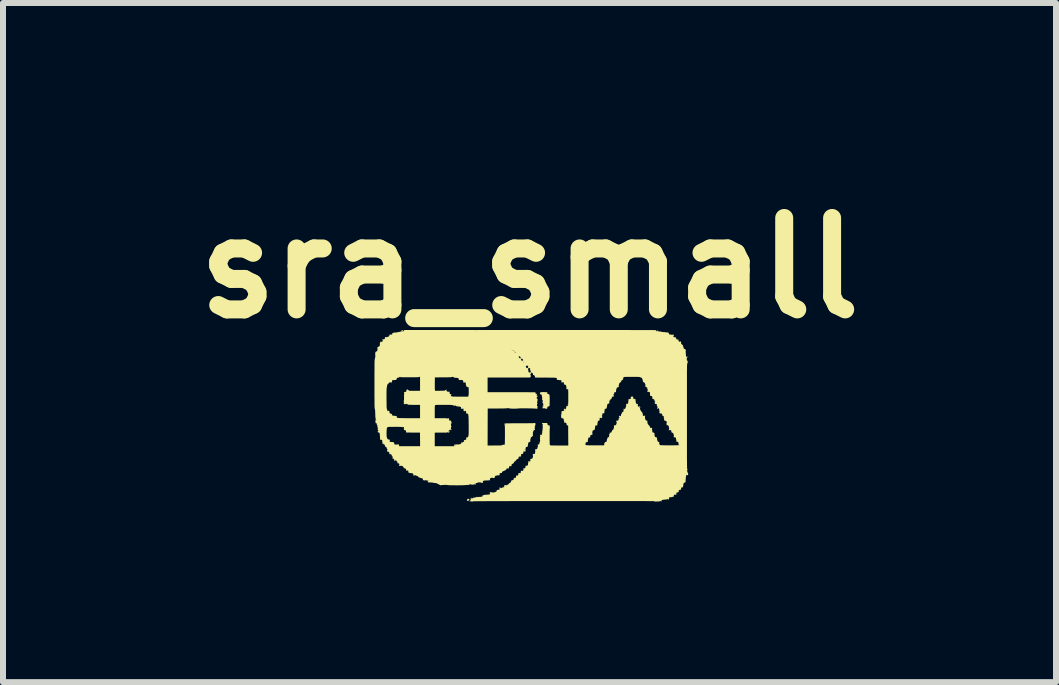
<source format=kicad_pcb>
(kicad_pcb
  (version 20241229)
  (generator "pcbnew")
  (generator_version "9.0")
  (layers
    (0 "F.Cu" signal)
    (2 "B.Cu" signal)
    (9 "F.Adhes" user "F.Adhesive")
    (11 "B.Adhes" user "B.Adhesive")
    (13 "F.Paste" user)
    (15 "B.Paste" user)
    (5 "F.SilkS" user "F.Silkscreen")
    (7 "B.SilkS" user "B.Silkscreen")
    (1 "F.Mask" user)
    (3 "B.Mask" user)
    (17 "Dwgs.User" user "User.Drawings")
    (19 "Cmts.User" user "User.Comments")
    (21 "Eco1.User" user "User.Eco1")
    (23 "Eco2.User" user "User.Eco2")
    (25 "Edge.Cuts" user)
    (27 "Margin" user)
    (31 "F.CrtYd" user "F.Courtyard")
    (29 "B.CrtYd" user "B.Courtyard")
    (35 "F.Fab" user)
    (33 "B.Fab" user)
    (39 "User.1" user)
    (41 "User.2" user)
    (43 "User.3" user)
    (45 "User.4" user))
  (footprint "sra_small"
    (layer "F.Cu")
    (at 5.771 3.958)
    (property "Reference" "sra_small" (at 0.006 -2.54 0) (layer "F.SilkS") (effects (font (size 1.524 1.524) (thickness 0.3))))
    (attr board_only exclude_from_pos_files exclude_from_bom)
    (fp_poly (pts (xy -2.589 -0.239) (xy -2.591 -0.237) (xy -2.593 -0.239) (xy -2.591 -0.241)) (stroke (width 0) (type solid)) (fill yes) (layer "F.SilkS"))
    (fp_poly (pts (xy -2.574 -0.08) (xy -2.576 -0.078) (xy -2.578 -0.08) (xy -2.576 -0.081)) (stroke (width 0) (type solid)) (fill yes) (layer "F.SilkS"))
    (fp_poly (pts (xy -2.574 -0.009) (xy -2.576 -0.007) (xy -2.578 -0.009) (xy -2.576 -0.011)) (stroke (width 0) (type solid)) (fill yes) (layer "F.SilkS"))
    (fp_poly (pts (xy -2.574 0.002) (xy -2.576 0.004) (xy -2.578 0.002) (xy -2.576 0)) (stroke (width 0) (type solid)) (fill yes) (layer "F.SilkS"))
    (fp_poly (pts (xy -2.544 0.091) (xy -2.546 0.093) (xy -2.548 0.091) (xy -2.546 0.089)) (stroke (width 0) (type solid)) (fill yes) (layer "F.SilkS"))
    (fp_poly (pts (xy -2.541 -1.176) (xy -2.543 -1.174) (xy -2.544 -1.176) (xy -2.543 -1.178)) (stroke (width 0) (type solid)) (fill yes) (layer "F.SilkS"))
    (fp_poly (pts (xy -2.541 -1.154) (xy -2.543 -1.152) (xy -2.544 -1.154) (xy -2.543 -1.156)) (stroke (width 0) (type solid)) (fill yes) (layer "F.SilkS"))
    (fp_poly (pts (xy -2.533 0.08) (xy -2.535 0.081) (xy -2.537 0.08) (xy -2.535 0.078)) (stroke (width 0) (type solid)) (fill yes) (layer "F.SilkS"))
    (fp_poly (pts (xy -2.533 0.113) (xy -2.535 0.115) (xy -2.537 0.113) (xy -2.535 0.111)) (stroke (width 0) (type solid)) (fill yes) (layer "F.SilkS"))
    (fp_poly (pts (xy -2.522 -1.235) (xy -2.524 -1.233) (xy -2.526 -1.235) (xy -2.524 -1.237)) (stroke (width 0) (type solid)) (fill yes) (layer "F.SilkS"))
    (fp_poly (pts (xy -2.485 0.294) (xy -2.487 0.296) (xy -2.489 0.294) (xy -2.487 0.293)) (stroke (width 0) (type solid)) (fill yes) (layer "F.SilkS"))
    (fp_poly (pts (xy -2.363 0.487) (xy -2.365 0.489) (xy -2.367 0.487) (xy -2.365 0.485)) (stroke (width 0) (type solid)) (fill yes) (layer "F.SilkS"))
    (fp_poly (pts (xy -2.356 0.309) (xy -2.357 0.311) (xy -2.359 0.309) (xy -2.357 0.307)) (stroke (width 0) (type solid)) (fill yes) (layer "F.SilkS"))
    (fp_poly (pts (xy -2.352 -1.394) (xy -2.354 -1.393) (xy -2.356 -1.394) (xy -2.354 -1.396)) (stroke (width 0) (type solid)) (fill yes) (layer "F.SilkS"))
    (fp_poly (pts (xy -2.341 -1.409) (xy -2.343 -1.407) (xy -2.344 -1.409) (xy -2.343 -1.411)) (stroke (width 0) (type solid)) (fill yes) (layer "F.SilkS"))
    (fp_poly (pts (xy -2.337 -1.45) (xy -2.339 -1.448) (xy -2.341 -1.45) (xy -2.339 -1.452)) (stroke (width 0) (type solid)) (fill yes) (layer "F.SilkS"))
    (fp_poly (pts (xy -2.337 -0.176) (xy -2.339 -0.174) (xy -2.341 -0.176) (xy -2.339 -0.178)) (stroke (width 0) (type solid)) (fill yes) (layer "F.SilkS"))
    (fp_poly (pts (xy -2.311 0.331) (xy -2.313 0.333) (xy -2.315 0.331) (xy -2.313 0.33)) (stroke (width 0) (type solid)) (fill yes) (layer "F.SilkS"))
    (fp_poly (pts (xy -2.307 0.583) (xy -2.309 0.585) (xy -2.311 0.583) (xy -2.309 0.581)) (stroke (width 0) (type solid)) (fill yes) (layer "F.SilkS"))
    (fp_poly (pts (xy -2.304 -1.45) (xy -2.306 -1.448) (xy -2.307 -1.45) (xy -2.306 -1.452)) (stroke (width 0) (type solid)) (fill yes) (layer "F.SilkS"))
    (fp_poly (pts (xy -2.252 -0.665) (xy -2.254 -0.663) (xy -2.256 -0.665) (xy -2.254 -0.667)) (stroke (width 0) (type solid)) (fill yes) (layer "F.SilkS"))
    (fp_poly (pts (xy -2.222 0.391) (xy -2.224 0.393) (xy -2.226 0.391) (xy -2.224 0.389)) (stroke (width 0) (type solid)) (fill yes) (layer "F.SilkS"))
    (fp_poly (pts (xy -2.196 -1.476) (xy -2.198 -1.474) (xy -2.2 -1.476) (xy -2.198 -1.478)) (stroke (width 0) (type solid)) (fill yes) (layer "F.SilkS"))
    (fp_poly (pts (xy -2.193 -0.706) (xy -2.194 -0.704) (xy -2.196 -0.706) (xy -2.194 -0.707)) (stroke (width 0) (type solid)) (fill yes) (layer "F.SilkS"))
    (fp_poly (pts (xy -2.13 -1.502) (xy -2.131 -1.5) (xy -2.133 -1.502) (xy -2.131 -1.504)) (stroke (width 0) (type solid)) (fill yes) (layer "F.SilkS"))
    (fp_poly (pts (xy -2.1 -0.324) (xy -2.102 -0.322) (xy -2.104 -0.324) (xy -2.102 -0.326)) (stroke (width 0) (type solid)) (fill yes) (layer "F.SilkS"))
    (fp_poly (pts (xy -2.093 -0.417) (xy -2.094 -0.415) (xy -2.096 -0.417) (xy -2.094 -0.419)) (stroke (width 0) (type solid)) (fill yes) (layer "F.SilkS"))
    (fp_poly (pts (xy -2.059 0.813) (xy -2.061 0.815) (xy -2.063 0.813) (xy -2.061 0.811)) (stroke (width 0) (type solid)) (fill yes) (layer "F.SilkS"))
    (fp_poly (pts (xy -2.03 -0.265) (xy -2.031 -0.263) (xy -2.033 -0.265) (xy -2.031 -0.267)) (stroke (width 0) (type solid)) (fill yes) (layer "F.SilkS"))
    (fp_poly (pts (xy -2.019 -0.254) (xy -2.02 -0.252) (xy -2.022 -0.254) (xy -2.02 -0.256)) (stroke (width 0) (type solid)) (fill yes) (layer "F.SilkS"))
    (fp_poly (pts (xy -1.996 -0.498) (xy -1.998 -0.496) (xy -2 -0.498) (xy -1.998 -0.5)) (stroke (width 0) (type solid)) (fill yes) (layer "F.SilkS"))
    (fp_poly (pts (xy -1.989 -0.246) (xy -1.991 -0.244) (xy -1.993 -0.246) (xy -1.991 -0.248)) (stroke (width 0) (type solid)) (fill yes) (layer "F.SilkS"))
    (fp_poly (pts (xy -1.893 0.924) (xy -1.894 0.926) (xy -1.896 0.924) (xy -1.894 0.922)) (stroke (width 0) (type solid)) (fill yes) (layer "F.SilkS"))
    (fp_poly (pts (xy -1.893 0.946) (xy -1.894 0.948) (xy -1.896 0.946) (xy -1.894 0.944)) (stroke (width 0) (type solid)) (fill yes) (layer "F.SilkS"))
    (fp_poly (pts (xy -1.867 0.935) (xy -1.869 0.937) (xy -1.87 0.935) (xy -1.869 0.933)) (stroke (width 0) (type solid)) (fill yes) (layer "F.SilkS"))
    (fp_poly (pts (xy -1.833 -0.502) (xy -1.835 -0.5) (xy -1.837 -0.502) (xy -1.835 -0.504)) (stroke (width 0) (type solid)) (fill yes) (layer "F.SilkS"))
    (fp_poly (pts (xy -1.826 -0.243) (xy -1.828 -0.241) (xy -1.83 -0.243) (xy -1.828 -0.244)) (stroke (width 0) (type solid)) (fill yes) (layer "F.SilkS"))
    (fp_poly (pts (xy -1.77 1.002) (xy -1.772 1.004) (xy -1.774 1.002) (xy -1.772 1)) (stroke (width 0) (type solid)) (fill yes) (layer "F.SilkS"))
    (fp_poly (pts (xy -1.474 1.091) (xy -1.476 1.093) (xy -1.478 1.091) (xy -1.476 1.089)) (stroke (width 0) (type solid)) (fill yes) (layer "F.SilkS"))
    (fp_poly (pts (xy -1.393 1.087) (xy -1.394 1.089) (xy -1.396 1.087) (xy -1.394 1.085)) (stroke (width 0) (type solid)) (fill yes) (layer "F.SilkS"))
    (fp_poly (pts (xy -1.381 1.08) (xy -1.383 1.081) (xy -1.385 1.08) (xy -1.383 1.078)) (stroke (width 0) (type solid)) (fill yes) (layer "F.SilkS"))
    (fp_poly (pts (xy -1.315 1.087) (xy -1.317 1.089) (xy -1.319 1.087) (xy -1.317 1.085)) (stroke (width 0) (type solid)) (fill yes) (layer "F.SilkS"))
    (fp_poly (pts (xy -1.259 -0.239) (xy -1.261 -0.237) (xy -1.263 -0.239) (xy -1.261 -0.241)) (stroke (width 0) (type solid)) (fill yes) (layer "F.SilkS"))
    (fp_poly (pts (xy -1.259 0.424) (xy -1.261 0.426) (xy -1.263 0.424) (xy -1.261 0.422)) (stroke (width 0) (type solid)) (fill yes) (layer "F.SilkS"))
    (fp_poly (pts (xy -1.17 -0.213) (xy -1.172 -0.211) (xy -1.174 -0.213) (xy -1.172 -0.215)) (stroke (width 0) (type solid)) (fill yes) (layer "F.SilkS"))
    (fp_poly (pts (xy -1.159 -0.209) (xy -1.161 -0.207) (xy -1.163 -0.209) (xy -1.161 -0.211)) (stroke (width 0) (type solid)) (fill yes) (layer "F.SilkS"))
    (fp_poly (pts (xy -1.156 1.094) (xy -1.157 1.096) (xy -1.159 1.094) (xy -1.157 1.093)) (stroke (width 0) (type solid)) (fill yes) (layer "F.SilkS"))
    (fp_poly (pts (xy -1.148 0.391) (xy -1.15 0.393) (xy -1.152 0.391) (xy -1.15 0.389)) (stroke (width 0) (type solid)) (fill yes) (layer "F.SilkS"))
    (fp_poly (pts (xy -1.141 -0.654) (xy -1.143 -0.652) (xy -1.144 -0.654) (xy -1.143 -0.656)) (stroke (width 0) (type solid)) (fill yes) (layer "F.SilkS"))
    (fp_poly (pts (xy -1.056 0.306) (xy -1.057 0.307) (xy -1.059 0.306) (xy -1.057 0.304)) (stroke (width 0) (type solid)) (fill yes) (layer "F.SilkS"))
    (fp_poly (pts (xy -1.048 1.083) (xy -1.05 1.085) (xy -1.052 1.083) (xy -1.05 1.081)) (stroke (width 0) (type solid)) (fill yes) (layer "F.SilkS"))
    (fp_poly (pts (xy -1.026 -0.102) (xy -1.028 -0.1) (xy -1.03 -0.102) (xy -1.028 -0.104)) (stroke (width 0) (type solid)) (fill yes) (layer "F.SilkS"))
    (fp_poly (pts (xy -1.026 1.361) (xy -1.028 1.363) (xy -1.03 1.361) (xy -1.028 1.359)) (stroke (width 0) (type solid)) (fill yes) (layer "F.SilkS"))
    (fp_poly (pts (xy -1.015 1.083) (xy -1.017 1.085) (xy -1.019 1.083) (xy -1.017 1.081)) (stroke (width 0) (type solid)) (fill yes) (layer "F.SilkS"))
    (fp_poly (pts (xy -0.993 1.309) (xy -0.994 1.311) (xy -0.996 1.309) (xy -0.994 1.307)) (stroke (width 0) (type solid)) (fill yes) (layer "F.SilkS"))
    (fp_poly (pts (xy -0.944 1.357) (xy -0.946 1.359) (xy -0.948 1.357) (xy -0.946 1.356)) (stroke (width 0) (type solid)) (fill yes) (layer "F.SilkS"))
    (fp_poly (pts (xy -0.915 1.061) (xy -0.917 1.063) (xy -0.919 1.061) (xy -0.917 1.059)) (stroke (width 0) (type solid)) (fill yes) (layer "F.SilkS"))
    (fp_poly (pts (xy -0.885 1.057) (xy -0.887 1.059) (xy -0.889 1.057) (xy -0.887 1.056)) (stroke (width 0) (type solid)) (fill yes) (layer "F.SilkS"))
    (fp_poly (pts (xy -0.841 1.035) (xy -0.843 1.037) (xy -0.844 1.035) (xy -0.843 1.033)) (stroke (width 0) (type solid)) (fill yes) (layer "F.SilkS"))
    (fp_poly (pts (xy -0.789 1.25) (xy -0.791 1.252) (xy -0.793 1.25) (xy -0.791 1.248)) (stroke (width 0) (type solid)) (fill yes) (layer "F.SilkS"))
    (fp_poly (pts (xy -0.681 0.391) (xy -0.683 0.393) (xy -0.685 0.391) (xy -0.683 0.389)) (stroke (width 0) (type solid)) (fill yes) (layer "F.SilkS"))
    (fp_poly (pts (xy -0.681 0.406) (xy -0.683 0.407) (xy -0.685 0.406) (xy -0.683 0.404)) (stroke (width 0) (type solid)) (fill yes) (layer "F.SilkS"))
    (fp_poly (pts (xy -0.681 1.002) (xy -0.683 1.004) (xy -0.685 1.002) (xy -0.683 1)) (stroke (width 0) (type solid)) (fill yes) (layer "F.SilkS"))
    (fp_poly (pts (xy -0.681 1.224) (xy -0.683 1.226) (xy -0.685 1.224) (xy -0.683 1.222)) (stroke (width 0) (type solid)) (fill yes) (layer "F.SilkS"))
    (fp_poly (pts (xy -0.644 0.972) (xy -0.646 0.974) (xy -0.648 0.972) (xy -0.646 0.97)) (stroke (width 0) (type solid)) (fill yes) (layer "F.SilkS"))
    (fp_poly (pts (xy -0.637 1.191) (xy -0.639 1.193) (xy -0.641 1.191) (xy -0.639 1.189)) (stroke (width 0) (type solid)) (fill yes) (layer "F.SilkS"))
    (fp_poly (pts (xy -0.559 1.172) (xy -0.561 1.174) (xy -0.563 1.172) (xy -0.561 1.17)) (stroke (width 0) (type solid)) (fill yes) (layer "F.SilkS"))
    (fp_poly (pts (xy -0.552 0.931) (xy -0.554 0.933) (xy -0.556 0.931) (xy -0.554 0.93)) (stroke (width 0) (type solid)) (fill yes) (layer "F.SilkS"))
    (fp_poly (pts (xy -0.552 1.165) (xy -0.554 1.167) (xy -0.556 1.165) (xy -0.554 1.163)) (stroke (width 0) (type solid)) (fill yes) (layer "F.SilkS"))
    (fp_poly (pts (xy -0.478 0.917) (xy -0.48 0.919) (xy -0.481 0.917) (xy -0.48 0.915)) (stroke (width 0) (type solid)) (fill yes) (layer "F.SilkS"))
    (fp_poly (pts (xy -0.444 0.88) (xy -0.446 0.881) (xy -0.448 0.88) (xy -0.446 0.878)) (stroke (width 0) (type solid)) (fill yes) (layer "F.SilkS"))
    (fp_poly (pts (xy -0.43 1.106) (xy -0.431 1.107) (xy -0.433 1.106) (xy -0.431 1.104)) (stroke (width 0) (type solid)) (fill yes) (layer "F.SilkS"))
    (fp_poly (pts (xy -0.422 1.098) (xy -0.424 1.1) (xy -0.426 1.098) (xy -0.424 1.096)) (stroke (width 0) (type solid)) (fill yes) (layer "F.SilkS"))
    (fp_poly (pts (xy -0.419 1.106) (xy -0.42 1.107) (xy -0.422 1.106) (xy -0.42 1.104)) (stroke (width 0) (type solid)) (fill yes) (layer "F.SilkS"))
    (fp_poly (pts (xy -0.411 0.031) (xy -0.413 0.033) (xy -0.415 0.031) (xy -0.413 0.03)) (stroke (width 0) (type solid)) (fill yes) (layer "F.SilkS"))
    (fp_poly (pts (xy -0.374 1.069) (xy -0.376 1.07) (xy -0.378 1.069) (xy -0.376 1.067)) (stroke (width 0) (type solid)) (fill yes) (layer "F.SilkS"))
    (fp_poly (pts (xy -0.33 0.791) (xy -0.331 0.793) (xy -0.333 0.791) (xy -0.331 0.789)) (stroke (width 0) (type solid)) (fill yes) (layer "F.SilkS"))
    (fp_poly (pts (xy -0.307 1.024) (xy -0.309 1.026) (xy -0.311 1.024) (xy -0.309 1.022)) (stroke (width 0) (type solid)) (fill yes) (layer "F.SilkS"))
    (fp_poly (pts (xy -0.293 0.769) (xy -0.294 0.77) (xy -0.296 0.769) (xy -0.294 0.767)) (stroke (width 0) (type solid)) (fill yes) (layer "F.SilkS"))
    (fp_poly (pts (xy -0.263 0.965) (xy -0.265 0.967) (xy -0.267 0.965) (xy -0.265 0.963)) (stroke (width 0) (type solid)) (fill yes) (layer "F.SilkS"))
    (fp_poly (pts (xy -0.263 0.991) (xy -0.265 0.993) (xy -0.267 0.991) (xy -0.265 0.989)) (stroke (width 0) (type solid)) (fill yes) (layer "F.SilkS"))
    (fp_poly (pts (xy -0.233 0.95) (xy -0.235 0.952) (xy -0.237 0.95) (xy -0.235 0.948)) (stroke (width 0) (type solid)) (fill yes) (layer "F.SilkS"))
    (fp_poly (pts (xy -0.167 0.617) (xy -0.169 0.619) (xy -0.17 0.617) (xy -0.169 0.615)) (stroke (width 0) (type solid)) (fill yes) (layer "F.SilkS"))
    (fp_poly (pts (xy -0.159 0.617) (xy -0.161 0.619) (xy -0.163 0.617) (xy -0.161 0.615)) (stroke (width 0) (type solid)) (fill yes) (layer "F.SilkS"))
    (fp_poly (pts (xy -0.156 -1.043) (xy -0.157 -1.041) (xy -0.159 -1.043) (xy -0.157 -1.044)) (stroke (width 0) (type solid)) (fill yes) (layer "F.SilkS"))
    (fp_poly (pts (xy -0.148 0.865) (xy -0.15 0.867) (xy -0.152 0.865) (xy -0.15 0.863)) (stroke (width 0) (type solid)) (fill yes) (layer "F.SilkS"))
    (fp_poly (pts (xy -0.141 0.865) (xy -0.143 0.867) (xy -0.144 0.865) (xy -0.143 0.863)) (stroke (width 0) (type solid)) (fill yes) (layer "F.SilkS"))
    (fp_poly (pts (xy -0.122 -1.002) (xy -0.124 -1) (xy -0.126 -1.002) (xy -0.124 -1.004)) (stroke (width 0) (type solid)) (fill yes) (layer "F.SilkS"))
    (fp_poly (pts (xy -0.119 -0.18) (xy -0.12 -0.178) (xy -0.122 -0.18) (xy -0.12 -0.181)) (stroke (width 0) (type solid)) (fill yes) (layer "F.SilkS"))
    (fp_poly (pts (xy -0.111 -1.009) (xy -0.113 -1.007) (xy -0.115 -1.009) (xy -0.113 -1.011)) (stroke (width 0) (type solid)) (fill yes) (layer "F.SilkS"))
    (fp_poly (pts (xy -0.107 0.831) (xy -0.109 0.833) (xy -0.111 0.831) (xy -0.109 0.83)) (stroke (width 0) (type solid)) (fill yes) (layer "F.SilkS"))
    (fp_poly (pts (xy -0.059 0.743) (xy -0.061 0.744) (xy -0.063 0.743) (xy -0.061 0.741)) (stroke (width 0) (type solid)) (fill yes) (layer "F.SilkS"))
    (fp_poly (pts (xy -0.044 0.75) (xy -0.046 0.752) (xy -0.048 0.75) (xy -0.046 0.748)) (stroke (width 0) (type solid)) (fill yes) (layer "F.SilkS"))
    (fp_poly (pts (xy -0.03 -0.898) (xy -0.031 -0.896) (xy -0.033 -0.898) (xy -0.031 -0.9)) (stroke (width 0) (type solid)) (fill yes) (layer "F.SilkS"))
    (fp_poly (pts (xy 0.007 0.661) (xy 0.006 0.663) (xy 0.004 0.661) (xy 0.006 0.659)) (stroke (width 0) (type solid)) (fill yes) (layer "F.SilkS"))
    (fp_poly (pts (xy 0.015 -0.831) (xy 0.013 -0.83) (xy 0.011 -0.831) (xy 0.013 -0.833)) (stroke (width 0) (type solid)) (fill yes) (layer "F.SilkS"))
    (fp_poly (pts (xy 0.037 0.624) (xy 0.035 0.626) (xy 0.033 0.624) (xy 0.035 0.622)) (stroke (width 0) (type solid)) (fill yes) (layer "F.SilkS"))
    (fp_poly (pts (xy 0.074 0.265) (xy 0.072 0.267) (xy 0.07 0.265) (xy 0.072 0.263)) (stroke (width 0) (type solid)) (fill yes) (layer "F.SilkS"))
    (fp_poly (pts (xy 0.081 0.172) (xy 0.08 0.174) (xy 0.078 0.172) (xy 0.08 0.17)) (stroke (width 0) (type solid)) (fill yes) (layer "F.SilkS"))
    (fp_poly (pts (xy 0.081 0.183) (xy 0.08 0.185) (xy 0.078 0.183) (xy 0.08 0.181)) (stroke (width 0) (type solid)) (fill yes) (layer "F.SilkS"))
    (fp_poly (pts (xy 0.081 0.198) (xy 0.08 0.2) (xy 0.078 0.198) (xy 0.08 0.196)) (stroke (width 0) (type solid)) (fill yes) (layer "F.SilkS"))
    (fp_poly (pts (xy 0.093 0.498) (xy 0.091 0.5) (xy 0.089 0.498) (xy 0.091 0.496)) (stroke (width 0) (type solid)) (fill yes) (layer "F.SilkS"))
    (fp_poly (pts (xy 0.093 0.554) (xy 0.091 0.556) (xy 0.089 0.554) (xy 0.091 0.552)) (stroke (width 0) (type solid)) (fill yes) (layer "F.SilkS"))
    (fp_poly (pts (xy 0.111 0.039) (xy 0.109 0.041) (xy 0.107 0.039) (xy 0.109 0.037)) (stroke (width 0) (type solid)) (fill yes) (layer "F.SilkS"))
    (fp_poly (pts (xy 0.111 0.083) (xy 0.109 0.085) (xy 0.107 0.083) (xy 0.109 0.081)) (stroke (width 0) (type solid)) (fill yes) (layer "F.SilkS"))
    (fp_poly (pts (xy 0.119 -0.461) (xy 0.117 -0.459) (xy 0.115 -0.461) (xy 0.117 -0.463)) (stroke (width 0) (type solid)) (fill yes) (layer "F.SilkS"))
    (fp_poly (pts (xy 0.126 0.413) (xy 0.124 0.415) (xy 0.122 0.413) (xy 0.124 0.411)) (stroke (width 0) (type solid)) (fill yes) (layer "F.SilkS"))
    (fp_poly (pts (xy 0.148 -0.387) (xy 0.146 -0.385) (xy 0.144 -0.387) (xy 0.146 -0.389)) (stroke (width 0) (type solid)) (fill yes) (layer "F.SilkS"))
    (fp_poly (pts (xy 0.148 -0.372) (xy 0.146 -0.37) (xy 0.144 -0.372) (xy 0.146 -0.374)) (stroke (width 0) (type solid)) (fill yes) (layer "F.SilkS"))
    (fp_poly (pts (xy 0.159 0.357) (xy 0.157 0.359) (xy 0.156 0.357) (xy 0.157 0.356)) (stroke (width 0) (type solid)) (fill yes) (layer "F.SilkS"))
    (fp_poly (pts (xy 0.159 0.391) (xy 0.157 0.393) (xy 0.156 0.391) (xy 0.157 0.389)) (stroke (width 0) (type solid)) (fill yes) (layer "F.SilkS"))
    (fp_poly (pts (xy 0.211 -0.324) (xy 0.209 -0.322) (xy 0.207 -0.324) (xy 0.209 -0.326)) (stroke (width 0) (type solid)) (fill yes) (layer "F.SilkS"))
    (fp_poly (pts (xy 0.211 -0.294) (xy 0.209 -0.293) (xy 0.207 -0.294) (xy 0.209 -0.296)) (stroke (width 0) (type solid)) (fill yes) (layer "F.SilkS"))
    (fp_poly (pts (xy 0.211 -0.217) (xy 0.209 -0.215) (xy 0.207 -0.217) (xy 0.209 -0.219)) (stroke (width 0) (type solid)) (fill yes) (layer "F.SilkS"))
    (fp_poly (pts (xy 0.211 0.15) (xy 0.209 0.152) (xy 0.207 0.15) (xy 0.209 0.148)) (stroke (width 0) (type solid)) (fill yes) (layer "F.SilkS"))
    (fp_poly (pts (xy 0.211 0.161) (xy 0.209 0.163) (xy 0.207 0.161) (xy 0.209 0.159)) (stroke (width 0) (type solid)) (fill yes) (layer "F.SilkS"))
    (fp_poly (pts (xy 0.211 0.198) (xy 0.209 0.2) (xy 0.207 0.198) (xy 0.209 0.196)) (stroke (width 0) (type solid)) (fill yes) (layer "F.SilkS"))
    (fp_poly (pts (xy 0.23 0.031) (xy 0.228 0.033) (xy 0.226 0.031) (xy 0.228 0.03)) (stroke (width 0) (type solid)) (fill yes) (layer "F.SilkS"))
    (fp_poly (pts (xy 0.27 0.031) (xy 0.269 0.033) (xy 0.267 0.031) (xy 0.269 0.03)) (stroke (width 0) (type solid)) (fill yes) (layer "F.SilkS"))
    (fp_poly (pts (xy 0.319 -0.228) (xy 0.317 -0.226) (xy 0.315 -0.228) (xy 0.317 -0.23)) (stroke (width 0) (type solid)) (fill yes) (layer "F.SilkS"))
    (fp_poly (pts (xy 0.348 -0.428) (xy 0.346 -0.426) (xy 0.344 -0.428) (xy 0.346 -0.43)) (stroke (width 0) (type solid)) (fill yes) (layer "F.SilkS"))
    (fp_poly (pts (xy 0.348 -0.409) (xy 0.346 -0.407) (xy 0.344 -0.409) (xy 0.346 -0.411)) (stroke (width 0) (type solid)) (fill yes) (layer "F.SilkS"))
    (fp_poly (pts (xy 0.352 0.106) (xy 0.35 0.107) (xy 0.348 0.106) (xy 0.35 0.104)) (stroke (width 0) (type solid)) (fill yes) (layer "F.SilkS"))
    (fp_poly (pts (xy 0.356 -0.394) (xy 0.354 -0.393) (xy 0.352 -0.394) (xy 0.354 -0.396)) (stroke (width 0) (type solid)) (fill yes) (layer "F.SilkS"))
    (fp_poly (pts (xy 0.452 -0.702) (xy 0.45 -0.7) (xy 0.448 -0.702) (xy 0.45 -0.704)) (stroke (width 0) (type solid)) (fill yes) (layer "F.SilkS"))
    (fp_poly (pts (xy 0.519 -0.657) (xy 0.517 -0.656) (xy 0.515 -0.657) (xy 0.517 -0.659)) (stroke (width 0) (type solid)) (fill yes) (layer "F.SilkS"))
    (fp_poly (pts (xy 0.548 -0.031) (xy 0.546 -0.03) (xy 0.544 -0.031) (xy 0.546 -0.033)) (stroke (width 0) (type solid)) (fill yes) (layer "F.SilkS"))
    (fp_poly (pts (xy 0.57 -0.013) (xy 0.569 -0.011) (xy 0.567 -0.013) (xy 0.569 -0.015)) (stroke (width 0) (type solid)) (fill yes) (layer "F.SilkS"))
    (fp_poly (pts (xy 0.578 -0.206) (xy 0.576 -0.204) (xy 0.574 -0.206) (xy 0.576 -0.207)) (stroke (width 0) (type solid)) (fill yes) (layer "F.SilkS"))
    (fp_poly (pts (xy 0.604 -0.206) (xy 0.602 -0.204) (xy 0.6 -0.206) (xy 0.602 -0.207)) (stroke (width 0) (type solid)) (fill yes) (layer "F.SilkS"))
    (fp_poly (pts (xy 0.993 0.298) (xy 0.991 0.3) (xy 0.989 0.298) (xy 0.991 0.296)) (stroke (width 0) (type solid)) (fill yes) (layer "F.SilkS"))
    (fp_poly (pts (xy 1.115 0.106) (xy 1.113 0.107) (xy 1.111 0.106) (xy 1.113 0.104)) (stroke (width 0) (type solid)) (fill yes) (layer "F.SilkS"))
    (fp_poly (pts (xy 1.181 -0.043) (xy 1.18 -0.041) (xy 1.178 -0.043) (xy 1.18 -0.044)) (stroke (width 0) (type solid)) (fill yes) (layer "F.SilkS"))
    (fp_poly (pts (xy 1.185 -0.02) (xy 1.183 -0.019) (xy 1.181 -0.02) (xy 1.183 -0.022)) (stroke (width 0) (type solid)) (fill yes) (layer "F.SilkS"))
    (fp_poly (pts (xy 1.189 -0.031) (xy 1.187 -0.03) (xy 1.185 -0.031) (xy 1.187 -0.033)) (stroke (width 0) (type solid)) (fill yes) (layer "F.SilkS"))
    (fp_poly (pts (xy 1.23 -0.061) (xy 1.228 -0.059) (xy 1.226 -0.061) (xy 1.228 -0.063)) (stroke (width 0) (type solid)) (fill yes) (layer "F.SilkS"))
    (fp_poly (pts (xy 1.267 -0.169) (xy 1.265 -0.167) (xy 1.263 -0.169) (xy 1.265 -0.17)) (stroke (width 0) (type solid)) (fill yes) (layer "F.SilkS"))
    (fp_poly (pts (xy 1.27 -0.187) (xy 1.269 -0.185) (xy 1.267 -0.187) (xy 1.269 -0.189)) (stroke (width 0) (type solid)) (fill yes) (layer "F.SilkS"))
    (fp_poly (pts (xy 1.285 0.346) (xy 1.283 0.348) (xy 1.281 0.346) (xy 1.283 0.344)) (stroke (width 0) (type solid)) (fill yes) (layer "F.SilkS"))
    (fp_poly (pts (xy 1.307 0.269) (xy 1.306 0.27) (xy 1.304 0.269) (xy 1.306 0.267)) (stroke (width 0) (type solid)) (fill yes) (layer "F.SilkS"))
    (fp_poly (pts (xy 1.315 -0.269) (xy 1.313 -0.267) (xy 1.311 -0.269) (xy 1.313 -0.27)) (stroke (width 0) (type solid)) (fill yes) (layer "F.SilkS"))
    (fp_poly (pts (xy 1.337 0.194) (xy 1.335 0.196) (xy 1.333 0.194) (xy 1.335 0.193)) (stroke (width 0) (type solid)) (fill yes) (layer "F.SilkS"))
    (fp_poly (pts (xy 1.389 -0.376) (xy 1.387 -0.374) (xy 1.385 -0.376) (xy 1.387 -0.378)) (stroke (width 0) (type solid)) (fill yes) (layer "F.SilkS"))
    (fp_poly (pts (xy 1.404 0.12) (xy 1.402 0.122) (xy 1.4 0.12) (xy 1.402 0.119)) (stroke (width 0) (type solid)) (fill yes) (layer "F.SilkS"))
    (fp_poly (pts (xy 1.422 -0.428) (xy 1.42 -0.426) (xy 1.419 -0.428) (xy 1.42 -0.43)) (stroke (width 0) (type solid)) (fill yes) (layer "F.SilkS"))
    (fp_poly (pts (xy 1.426 0.069) (xy 1.424 0.07) (xy 1.422 0.069) (xy 1.424 0.067)) (stroke (width 0) (type solid)) (fill yes) (layer "F.SilkS"))
    (fp_poly (pts (xy 1.489 -0.057) (xy 1.487 -0.056) (xy 1.485 -0.057) (xy 1.487 -0.059)) (stroke (width 0) (type solid)) (fill yes) (layer "F.SilkS"))
    (fp_poly (pts (xy 1.493 -0.046) (xy 1.491 -0.044) (xy 1.489 -0.046) (xy 1.491 -0.048)) (stroke (width 0) (type solid)) (fill yes) (layer "F.SilkS"))
    (fp_poly (pts (xy 1.5 -0.58) (xy 1.498 -0.578) (xy 1.496 -0.58) (xy 1.498 -0.581)) (stroke (width 0) (type solid)) (fill yes) (layer "F.SilkS"))
    (fp_poly (pts (xy 1.504 -0.569) (xy 1.502 -0.567) (xy 1.5 -0.569) (xy 1.502 -0.57)) (stroke (width 0) (type solid)) (fill yes) (layer "F.SilkS"))
    (fp_poly (pts (xy 1.522 -0.08) (xy 1.52 -0.078) (xy 1.519 -0.08) (xy 1.52 -0.081)) (stroke (width 0) (type solid)) (fill yes) (layer "F.SilkS"))
    (fp_poly (pts (xy 1.544 -0.12) (xy 1.543 -0.119) (xy 1.541 -0.12) (xy 1.543 -0.122)) (stroke (width 0) (type solid)) (fill yes) (layer "F.SilkS"))
    (fp_poly (pts (xy 1.548 -0.143) (xy 1.546 -0.141) (xy 1.544 -0.143) (xy 1.546 -0.144)) (stroke (width 0) (type solid)) (fill yes) (layer "F.SilkS"))
    (fp_poly (pts (xy 1.57 -0.661) (xy 1.569 -0.659) (xy 1.567 -0.661) (xy 1.569 -0.663)) (stroke (width 0) (type solid)) (fill yes) (layer "F.SilkS"))
    (fp_poly (pts (xy 1.574 -0.202) (xy 1.572 -0.2) (xy 1.57 -0.202) (xy 1.572 -0.204)) (stroke (width 0) (type solid)) (fill yes) (layer "F.SilkS"))
    (fp_poly (pts (xy 1.593 -0.198) (xy 1.591 -0.196) (xy 1.589 -0.198) (xy 1.591 -0.2)) (stroke (width 0) (type solid)) (fill yes) (layer "F.SilkS"))
    (fp_poly (pts (xy 1.604 -0.25) (xy 1.602 -0.248) (xy 1.6 -0.25) (xy 1.602 -0.252)) (stroke (width 0) (type solid)) (fill yes) (layer "F.SilkS"))
    (fp_poly (pts (xy 1.611 -0.235) (xy 1.609 -0.233) (xy 1.607 -0.235) (xy 1.609 -0.237)) (stroke (width 0) (type solid)) (fill yes) (layer "F.SilkS"))
    (fp_poly (pts (xy 1.633 -0.287) (xy 1.631 -0.285) (xy 1.63 -0.287) (xy 1.631 -0.289)) (stroke (width 0) (type solid)) (fill yes) (layer "F.SilkS"))
    (fp_poly (pts (xy 1.744 -0.372) (xy 1.743 -0.37) (xy 1.741 -0.372) (xy 1.743 -0.374)) (stroke (width 0) (type solid)) (fill yes) (layer "F.SilkS"))
    (fp_poly (pts (xy 1.807 -0.291) (xy 1.806 -0.289) (xy 1.804 -0.291) (xy 1.806 -0.293)) (stroke (width 0) (type solid)) (fill yes) (layer "F.SilkS"))
    (fp_poly (pts (xy 1.863 -0.235) (xy 1.861 -0.233) (xy 1.859 -0.235) (xy 1.861 -0.237)) (stroke (width 0) (type solid)) (fill yes) (layer "F.SilkS"))
    (fp_poly (pts (xy 1.867 -0.217) (xy 1.865 -0.215) (xy 1.863 -0.217) (xy 1.865 -0.219)) (stroke (width 0) (type solid)) (fill yes) (layer "F.SilkS"))
    (fp_poly (pts (xy 1.896 -0.143) (xy 1.894 -0.141) (xy 1.893 -0.143) (xy 1.894 -0.144)) (stroke (width 0) (type solid)) (fill yes) (layer "F.SilkS"))
    (fp_poly (pts (xy 1.907 -0.087) (xy 1.906 -0.085) (xy 1.904 -0.087) (xy 1.906 -0.089)) (stroke (width 0) (type solid)) (fill yes) (layer "F.SilkS"))
    (fp_poly (pts (xy 1.93 -0.569) (xy 1.928 -0.567) (xy 1.926 -0.569) (xy 1.928 -0.57)) (stroke (width 0) (type solid)) (fill yes) (layer "F.SilkS"))
    (fp_poly (pts (xy 1.93 -0.557) (xy 1.928 -0.556) (xy 1.926 -0.557) (xy 1.928 -0.559)) (stroke (width 0) (type solid)) (fill yes) (layer "F.SilkS"))
    (fp_poly (pts (xy 1.963 -0.539) (xy 1.961 -0.537) (xy 1.959 -0.539) (xy 1.961 -0.541)) (stroke (width 0) (type solid)) (fill yes) (layer "F.SilkS"))
    (fp_poly (pts (xy 1.967 -0.528) (xy 1.965 -0.526) (xy 1.963 -0.528) (xy 1.965 -0.53)) (stroke (width 0) (type solid)) (fill yes) (layer "F.SilkS"))
    (fp_poly (pts (xy 1.974 0.002) (xy 1.972 0.004) (xy 1.97 0.002) (xy 1.972 0)) (stroke (width 0) (type solid)) (fill yes) (layer "F.SilkS"))
    (fp_poly (pts (xy 2.078 -0.269) (xy 2.076 -0.267) (xy 2.074 -0.269) (xy 2.076 -0.27)) (stroke (width 0) (type solid)) (fill yes) (layer "F.SilkS"))
    (fp_poly (pts (xy 2.081 -0.306) (xy 2.08 -0.304) (xy 2.078 -0.306) (xy 2.08 -0.307)) (stroke (width 0) (type solid)) (fill yes) (layer "F.SilkS"))
    (fp_poly (pts (xy 2.089 -0.298) (xy 2.087 -0.296) (xy 2.085 -0.298) (xy 2.087 -0.3)) (stroke (width 0) (type solid)) (fill yes) (layer "F.SilkS"))
    (fp_poly (pts (xy 2.104 0.265) (xy 2.102 0.267) (xy 2.1 0.265) (xy 2.102 0.263)) (stroke (width 0) (type solid)) (fill yes) (layer "F.SilkS"))
    (fp_poly (pts (xy 2.115 -0.254) (xy 2.113 -0.252) (xy 2.111 -0.254) (xy 2.113 -0.256)) (stroke (width 0) (type solid)) (fill yes) (layer "F.SilkS"))
    (fp_poly (pts (xy 2.137 -1.498) (xy 2.135 -1.496) (xy 2.133 -1.498) (xy 2.135 -1.5)) (stroke (width 0) (type solid)) (fill yes) (layer "F.SilkS"))
    (fp_poly (pts (xy 2.137 -0.187) (xy 2.135 -0.185) (xy 2.133 -0.187) (xy 2.135 -0.189)) (stroke (width 0) (type solid)) (fill yes) (layer "F.SilkS"))
    (fp_poly (pts (xy 2.144 -1.509) (xy 2.143 -1.507) (xy 2.141 -1.509) (xy 2.143 -1.511)) (stroke (width 0) (type solid)) (fill yes) (layer "F.SilkS"))
    (fp_poly (pts (xy 2.167 -0.172) (xy 2.165 -0.17) (xy 2.163 -0.172) (xy 2.165 -0.174)) (stroke (width 0) (type solid)) (fill yes) (layer "F.SilkS"))
    (fp_poly (pts (xy 2.167 -0.124) (xy 2.165 -0.122) (xy 2.163 -0.124) (xy 2.165 -0.126)) (stroke (width 0) (type solid)) (fill yes) (layer "F.SilkS"))
    (fp_poly (pts (xy 2.196 -0.102) (xy 2.194 -0.1) (xy 2.193 -0.102) (xy 2.194 -0.104)) (stroke (width 0) (type solid)) (fill yes) (layer "F.SilkS"))
    (fp_poly (pts (xy 2.204 -0.109) (xy 2.202 -0.107) (xy 2.2 -0.109) (xy 2.202 -0.111)) (stroke (width 0) (type solid)) (fill yes) (layer "F.SilkS"))
    (fp_poly (pts (xy 2.233 -0.057) (xy 2.231 -0.056) (xy 2.23 -0.057) (xy 2.231 -0.059)) (stroke (width 0) (type solid)) (fill yes) (layer "F.SilkS"))
    (fp_poly (pts (xy 2.285 0.08) (xy 2.283 0.081) (xy 2.281 0.08) (xy 2.283 0.078)) (stroke (width 0) (type solid)) (fill yes) (layer "F.SilkS"))
    (fp_poly (pts (xy 2.289 0.028) (xy 2.287 0.03) (xy 2.285 0.028) (xy 2.287 0.026)) (stroke (width 0) (type solid)) (fill yes) (layer "F.SilkS"))
    (fp_poly (pts (xy 2.315 1.328) (xy 2.313 1.33) (xy 2.311 1.328) (xy 2.313 1.326)) (stroke (width 0) (type solid)) (fill yes) (layer "F.SilkS"))
    (fp_poly (pts (xy 2.319 0.098) (xy 2.317 0.1) (xy 2.315 0.098) (xy 2.317 0.096)) (stroke (width 0) (type solid)) (fill yes) (layer "F.SilkS"))
    (fp_poly (pts (xy 2.326 0.102) (xy 2.324 0.104) (xy 2.322 0.102) (xy 2.324 0.1)) (stroke (width 0) (type solid)) (fill yes) (layer "F.SilkS"))
    (fp_poly (pts (xy 2.341 1.291) (xy 2.339 1.293) (xy 2.337 1.291) (xy 2.339 1.289)) (stroke (width 0) (type solid)) (fill yes) (layer "F.SilkS"))
    (fp_poly (pts (xy 2.344 -1.443) (xy 2.343 -1.441) (xy 2.341 -1.443) (xy 2.343 -1.444)) (stroke (width 0) (type solid)) (fill yes) (layer "F.SilkS"))
    (fp_poly (pts (xy 2.404 0.265) (xy 2.402 0.267) (xy 2.4 0.265) (xy 2.402 0.263)) (stroke (width 0) (type solid)) (fill yes) (layer "F.SilkS"))
    (fp_poly (pts (xy 2.437 0.354) (xy 2.435 0.356) (xy 2.433 0.354) (xy 2.435 0.352)) (stroke (width 0) (type solid)) (fill yes) (layer "F.SilkS"))
    (fp_poly (pts (xy 2.441 -1.391) (xy 2.439 -1.389) (xy 2.437 -1.391) (xy 2.439 -1.393)) (stroke (width 0) (type solid)) (fill yes) (layer "F.SilkS"))
    (fp_poly (pts (xy 2.441 0.317) (xy 2.439 0.319) (xy 2.437 0.317) (xy 2.439 0.315)) (stroke (width 0) (type solid)) (fill yes) (layer "F.SilkS"))
    (fp_poly (pts (xy 2.444 0.291) (xy 2.443 0.293) (xy 2.441 0.291) (xy 2.443 0.289)) (stroke (width 0) (type solid)) (fill yes) (layer "F.SilkS"))
    (fp_poly (pts (xy 2.481 1.209) (xy 2.48 1.211) (xy 2.478 1.209) (xy 2.48 1.207)) (stroke (width 0) (type solid)) (fill yes) (layer "F.SilkS"))
    (fp_poly (pts (xy 2.504 -1.331) (xy 2.502 -1.33) (xy 2.5 -1.331) (xy 2.502 -1.333)) (stroke (width 0) (type solid)) (fill yes) (layer "F.SilkS"))
    (fp_poly (pts (xy 2.504 -1.32) (xy 2.502 -1.319) (xy 2.5 -1.32) (xy 2.502 -1.322)) (stroke (width 0) (type solid)) (fill yes) (layer "F.SilkS"))
    (fp_poly (pts (xy 2.541 1.154) (xy 2.539 1.156) (xy 2.537 1.154) (xy 2.539 1.152)) (stroke (width 0) (type solid)) (fill yes) (layer "F.SilkS"))
    (fp_poly (pts (xy 2.57 -1.246) (xy 2.569 -1.244) (xy 2.567 -1.246) (xy 2.569 -1.248)) (stroke (width 0) (type solid)) (fill yes) (layer "F.SilkS"))
    (fp_poly (pts (xy 2.578 1.069) (xy 2.576 1.07) (xy 2.574 1.069) (xy 2.576 1.067)) (stroke (width 0) (type solid)) (fill yes) (layer "F.SilkS"))
    (fp_poly (pts (xy 2.63 0.935) (xy 2.628 0.937) (xy 2.626 0.935) (xy 2.628 0.933)) (stroke (width 0) (type solid)) (fill yes) (layer "F.SilkS"))
    (fp_poly (pts (xy 2.633 -1.091) (xy 2.631 -1.089) (xy 2.63 -1.091) (xy 2.631 -1.093)) (stroke (width 0) (type solid)) (fill yes) (layer "F.SilkS"))
    (fp_poly (pts (xy 2.641 0.802) (xy 2.639 0.804) (xy 2.637 0.802) (xy 2.639 0.8)) (stroke (width 0) (type solid)) (fill yes) (layer "F.SilkS"))
    (fp_poly (pts (xy 2.644 -0.976) (xy 2.643 -0.974) (xy 2.641 -0.976) (xy 2.643 -0.978)) (stroke (width 0) (type solid)) (fill yes) (layer "F.SilkS"))
    (fp_poly (pts (xy 2.667 -1.094) (xy 2.665 -1.093) (xy 2.663 -1.094) (xy 2.665 -1.096)) (stroke (width 0) (type solid)) (fill yes) (layer "F.SilkS"))
    (fp_poly (pts (xy 2.667 -1.069) (xy 2.665 -1.067) (xy 2.663 -1.069) (xy 2.665 -1.07)) (stroke (width 0) (type solid)) (fill yes) (layer "F.SilkS"))
    (fp_poly (pts (xy 2.667 -0.976) (xy 2.665 -0.974) (xy 2.663 -0.976) (xy 2.665 -0.978)) (stroke (width 0) (type solid)) (fill yes) (layer "F.SilkS"))
    (fp_poly (pts (xy -2.549 0.062) (xy -2.549 0.07) (xy -2.549 0.071) (xy -2.551 0.072) (xy -2.551 0.067) (xy -2.551 0.061)) (stroke (width 0) (type solid)) (fill yes) (layer "F.SilkS"))
    (fp_poly (pts (xy -2.216 0.705) (xy -2.216 0.709) (xy -2.216 0.71) (xy -2.218 0.709) (xy -2.219 0.707) (xy -2.217 0.704)) (stroke (width 0) (type solid)) (fill yes) (layer "F.SilkS"))
    (fp_poly (pts (xy -2.201 0.698) (xy -2.202 0.7) (xy -2.204 0.7) (xy -2.207 0.699) (xy -2.206 0.698) (xy -2.202 0.697)) (stroke (width 0) (type solid)) (fill yes) (layer "F.SilkS"))
    (fp_poly (pts (xy -1.949 0.912) (xy -1.949 0.917) (xy -1.949 0.917) (xy -1.952 0.917) (xy -1.952 0.915) (xy -1.95 0.912)) (stroke (width 0) (type solid)) (fill yes) (layer "F.SilkS"))
    (fp_poly (pts (xy -1.349 1.094) (xy -1.35 1.096) (xy -1.352 1.096) (xy -1.355 1.095) (xy -1.354 1.094) (xy -1.35 1.093)) (stroke (width 0) (type solid)) (fill yes) (layer "F.SilkS"))
    (fp_poly (pts (xy -1.283 -0.402) (xy -1.283 -0.4) (xy -1.285 -0.4) (xy -1.288 -0.401) (xy -1.288 -0.402) (xy -1.283 -0.403)) (stroke (width 0) (type solid)) (fill yes) (layer "F.SilkS"))
    (fp_poly (pts (xy -1.264 -0.717) (xy -1.264 -0.713) (xy -1.264 -0.712) (xy -1.266 -0.713) (xy -1.267 -0.715) (xy -1.265 -0.718)) (stroke (width 0) (type solid)) (fill yes) (layer "F.SilkS"))
    (fp_poly (pts (xy -1.172 0.394) (xy -1.172 0.396) (xy -1.174 0.396) (xy -1.177 0.395) (xy -1.177 0.394) (xy -1.172 0.393)) (stroke (width 0) (type solid)) (fill yes) (layer "F.SilkS"))
    (fp_poly (pts (xy -0.786 1.257) (xy -0.786 1.261) (xy -0.786 1.262) (xy -0.789 1.261) (xy -0.789 1.259) (xy -0.788 1.256)) (stroke (width 0) (type solid)) (fill yes) (layer "F.SilkS"))
    (fp_poly (pts (xy -0.66 1.227) (xy -0.661 1.229) (xy -0.663 1.23) (xy -0.666 1.228) (xy -0.665 1.227) (xy -0.661 1.227)) (stroke (width 0) (type solid)) (fill yes) (layer "F.SilkS"))
    (fp_poly (pts (xy -0.423 0.853) (xy -0.423 0.857) (xy -0.423 0.858) (xy -0.426 0.858) (xy -0.426 0.856) (xy -0.425 0.853)) (stroke (width 0) (type solid)) (fill yes) (layer "F.SilkS"))
    (fp_poly (pts (xy 0.147 -0.354) (xy 0.147 -0.35) (xy 0.147 -0.349) (xy 0.145 -0.35) (xy 0.144 -0.352) (xy 0.146 -0.355)) (stroke (width 0) (type solid)) (fill yes) (layer "F.SilkS"))
    (fp_poly (pts (xy 0.632 -0.25) (xy 0.631 -0.249) (xy 0.627 -0.248) (xy 0.624 -0.249) (xy 0.625 -0.251) (xy 0.631 -0.251)) (stroke (width 0) (type solid)) (fill yes) (layer "F.SilkS"))
    (fp_poly (pts (xy 1.432 -0.462) (xy 1.432 -0.46) (xy 1.43 -0.459) (xy 1.427 -0.461) (xy 1.427 -0.462) (xy 1.432 -0.462)) (stroke (width 0) (type solid)) (fill yes) (layer "F.SilkS"))
    (fp_poly (pts (xy 2.228 -0.032) (xy 2.228 -0.03) (xy 2.226 -0.03) (xy 2.223 -0.031) (xy 2.223 -0.032) (xy 2.228 -0.033)) (stroke (width 0) (type solid)) (fill yes) (layer "F.SilkS"))
    (fp_poly (pts (xy 2.365 0.175) (xy 2.365 0.178) (xy 2.363 0.178) (xy 2.36 0.176) (xy 2.36 0.175) (xy 2.365 0.175)) (stroke (width 0) (type solid)) (fill yes) (layer "F.SilkS"))
    (fp_poly (pts (xy -1.06 1.083) (xy -1.056 1.086) (xy -1.056 1.087) (xy -1.057 1.089) (xy -1.061 1.085) (xy -1.061 1.085) (xy -1.062 1.082)) (stroke (width 0) (type solid)) (fill yes) (layer "F.SilkS"))
    (fp_poly (pts (xy 1.359 -0.328) (xy 1.363 -0.325) (xy 1.363 -0.324) (xy 1.361 -0.322) (xy 1.358 -0.326) (xy 1.357 -0.326) (xy 1.357 -0.329)) (stroke (width 0) (type solid)) (fill yes) (layer "F.SilkS"))
    (fp_poly (pts (xy 1.94 -0.028) (xy 1.944 -0.025) (xy 1.944 -0.024) (xy 1.943 -0.022) (xy 1.939 -0.026) (xy 1.939 -0.026) (xy 1.938 -0.029)) (stroke (width 0) (type solid)) (fill yes) (layer "F.SilkS"))
    (fp_poly (pts (xy 2.34 1.298) (xy 2.344 1.302) (xy 2.343 1.304) (xy 2.343 1.304) (xy 2.34 1.301) (xy 2.339 1.299) (xy 2.338 1.297)) (stroke (width 0) (type solid)) (fill yes) (layer "F.SilkS"))
    (fp_poly (pts (xy -2.557 -0.019) (xy -2.557 -0.015) (xy -2.559 -0.008) (xy -2.563 -0.006) (xy -2.565 -0.011) (xy -2.566 -0.013) (xy -2.565 -0.021) (xy -2.561 -0.022)) (stroke (width 0) (type solid)) (fill yes) (layer "F.SilkS"))
    (fp_poly (pts (xy -0.985 1.321) (xy -0.985 1.322) (xy -0.988 1.326) (xy -0.989 1.326) (xy -0.992 1.323) (xy -0.993 1.322) (xy -0.99 1.319) (xy -0.989 1.319)) (stroke (width 0) (type solid)) (fill yes) (layer "F.SilkS"))
    (fp_poly (pts (xy -0.952 1.288) (xy -0.952 1.289) (xy -0.955 1.292) (xy -0.956 1.293) (xy -0.959 1.29) (xy -0.959 1.289) (xy -0.956 1.285) (xy -0.956 1.285)) (stroke (width 0) (type solid)) (fill yes) (layer "F.SilkS"))
    (fp_poly (pts (xy -0.93 1.277) (xy -0.93 1.278) (xy -0.932 1.281) (xy -0.933 1.281) (xy -0.937 1.279) (xy -0.937 1.278) (xy -0.934 1.274) (xy -0.933 1.274)) (stroke (width 0) (type solid)) (fill yes) (layer "F.SilkS"))
    (fp_poly (pts (xy -0.027 -0.879) (xy -0.028 -0.878) (xy -0.031 -0.874) (xy -0.032 -0.874) (xy -0.032 -0.876) (xy -0.031 -0.878) (xy -0.028 -0.881) (xy -0.027 -0.881)) (stroke (width 0) (type solid)) (fill yes) (layer "F.SilkS"))
    (fp_poly (pts (xy 0.003 -0.835) (xy 0.002 -0.833) (xy -0.002 -0.83) (xy -0.002 -0.83) (xy -0.003 -0.832) (xy -0.002 -0.833) (xy 0.002 -0.837) (xy 0.002 -0.837)) (stroke (width 0) (type solid)) (fill yes) (layer "F.SilkS"))
    (fp_poly (pts (xy 1.328 -0.275) (xy 1.328 -0.274) (xy 1.324 -0.271) (xy 1.324 -0.27) (xy 1.323 -0.273) (xy 1.324 -0.274) (xy 1.328 -0.278) (xy 1.328 -0.278)) (stroke (width 0) (type solid)) (fill yes) (layer "F.SilkS"))
    (fp_poly (pts (xy 2.484 -1.361) (xy 2.483 -1.359) (xy 2.48 -1.356) (xy 2.479 -1.356) (xy 2.479 -1.358) (xy 2.48 -1.359) (xy 2.483 -1.363) (xy 2.484 -1.363)) (stroke (width 0) (type solid)) (fill yes) (layer "F.SilkS"))
    (fp_poly (pts (xy 2.652 -1.071) (xy 2.652 -1.07) (xy 2.649 -1.067) (xy 2.648 -1.067) (xy 2.645 -1.069) (xy 2.644 -1.07) (xy 2.647 -1.074) (xy 2.648 -1.074)) (stroke (width 0) (type solid)) (fill yes) (layer "F.SilkS"))
    (fp_poly (pts (xy -1.012 1.307) (xy -1.009 1.308) (xy -1 1.314) (xy -0.998 1.321) (xy -1.001 1.327) (xy -1.005 1.333) (xy -1.005 1.336) (xy -1.006 1.341) (xy -1.008 1.343) (xy -1.011 1.343) (xy -1.01 1.341) (xy -1.01 1.338) (xy -1.016 1.337) (xy -1.024 1.339) (xy -1.027 1.344) (xy -1.028 1.348) (xy -1.029 1.345) (xy -1.029 1.344) (xy -1.031 1.338) (xy -1.033 1.337) (xy -1.037 1.334) (xy -1.037 1.328) (xy -1.034 1.32) (xy -1.029 1.313) (xy -1.028 1.312) (xy -1.019 1.307)) (stroke (width 0) (type solid)) (fill yes) (layer "F.SilkS"))
    (fp_poly (pts (xy 0.247 -0.472) (xy 0.272 -0.471) (xy 0.29 -0.47) (xy 0.301 -0.469) (xy 0.306 -0.467) (xy 0.305 -0.464) (xy 0.303 -0.463) (xy 0.3 -0.459) (xy 0.303 -0.454) (xy 0.306 -0.448) (xy 0.306 -0.445) (xy 0.305 -0.441) (xy 0.306 -0.44) (xy 0.319 -0.439) (xy 0.329 -0.436) (xy 0.334 -0.434) (xy 0.337 -0.428) (xy 0.339 -0.417) (xy 0.341 -0.401) (xy 0.342 -0.378) (xy 0.342 -0.349) (xy 0.342 -0.318) (xy 0.341 -0.291) (xy 0.341 -0.271) (xy 0.34 -0.257) (xy 0.34 -0.247) (xy 0.339 -0.241) (xy 0.337 -0.238) (xy 0.335 -0.237) (xy 0.333 -0.237) (xy 0.327 -0.236) (xy 0.326 -0.234) (xy 0.323 -0.232) (xy 0.318 -0.232) (xy 0.31 -0.231) (xy 0.305 -0.224) (xy 0.305 -0.224) (xy 0.302 -0.215) (xy 0.303 -0.208) (xy 0.302 -0.202) (xy 0.298 -0.198) (xy 0.29 -0.193) (xy 0.283 -0.194) (xy 0.276 -0.196) (xy 0.268 -0.198) (xy 0.263 -0.197) (xy 0.26 -0.197) (xy 0.261 -0.2) (xy 0.261 -0.202) (xy 0.257 -0.203) (xy 0.247 -0.203) (xy 0.244 -0.202) (xy 0.231 -0.201) (xy 0.223 -0.202) (xy 0.219 -0.205) (xy 0.219 -0.205) (xy 0.216 -0.21) (xy 0.22 -0.211) (xy 0.222 -0.211) (xy 0.229 -0.213) (xy 0.231 -0.216) (xy 0.228 -0.219) (xy 0.226 -0.22) (xy 0.22 -0.223) (xy 0.219 -0.227) (xy 0.224 -0.23) (xy 0.226 -0.23) (xy 0.233 -0.233) (xy 0.237 -0.242) (xy 0.237 -0.247) (xy 0.234 -0.251) (xy 0.23 -0.252) (xy 0.224 -0.253) (xy 0.222 -0.256) (xy 0.225 -0.259) (xy 0.23 -0.259) (xy 0.236 -0.262) (xy 0.237 -0.267) (xy 0.235 -0.275) (xy 0.23 -0.285) (xy 0.224 -0.294) (xy 0.222 -0.296) (xy 0.221 -0.301) (xy 0.222 -0.304) (xy 0.225 -0.312) (xy 0.226 -0.322) (xy 0.225 -0.333) (xy 0.222 -0.341) (xy 0.218 -0.346) (xy 0.213 -0.346) (xy 0.213 -0.345) (xy 0.212 -0.345) (xy 0.213 -0.348) (xy 0.217 -0.36) (xy 0.217 -0.378) (xy 0.213 -0.4) (xy 0.212 -0.407) (xy 0.208 -0.421) (xy 0.205 -0.43) (xy 0.204 -0.431) (xy 0.33 -0.431) (xy 0.331 -0.43) (xy 0.333 -0.431) (xy 0.331 -0.433) (xy 0.33 -0.431) (xy 0.204 -0.431) (xy 0.202 -0.433) (xy 0.198 -0.434) (xy 0.195 -0.434) (xy 0.187 -0.435) (xy 0.182 -0.441) (xy 0.181 -0.443) (xy 0.178 -0.455) (xy 0.179 -0.462) (xy 0.183 -0.463) (xy 0.19 -0.466) (xy 0.192 -0.468) (xy 0.196 -0.47) (xy 0.205 -0.471) (xy 0.219 -0.472) (xy 0.239 -0.472)) (stroke (width 0) (type solid)) (fill yes) (layer "F.SilkS"))
    (fp_poly (pts (xy -2.105 -1.507) (xy -2.1 -1.503) (xy -2.1 -1.502) (xy -2.103 -1.497) (xy -2.109 -1.496) (xy -2.117 -1.494) (xy -2.119 -1.491) (xy -2.116 -1.487) (xy -2.107 -1.485) (xy -2.106 -1.485) (xy -2.096 -1.486) (xy -2.091 -1.491) (xy -0.889 -1.491) (xy -0.887 -1.486) (xy -0.885 -1.485) (xy -0.882 -1.488) (xy -0.881 -1.489) (xy -0.884 -1.494) (xy -0.885 -1.494) (xy -0.863 -1.494) (xy -0.861 -1.493) (xy -0.859 -1.494) (xy -0.861 -1.496) (xy -0.804 -1.496) (xy -0.802 -1.493) (xy -0.801 -1.494) (xy -0.801 -1.498) (xy -0.801 -1.499) (xy -0.803 -1.498) (xy -0.804 -1.496) (xy -0.861 -1.496) (xy -0.863 -1.494) (xy -0.885 -1.494) (xy -0.888 -1.494) (xy -0.889 -1.491) (xy -2.091 -1.491) (xy -2.091 -1.492) (xy -2.088 -1.496) (xy -2.083 -1.507) (xy 0.006 -1.507) (xy 0.13 -1.507) (xy 0.252 -1.507) (xy 0.373 -1.507) (xy 0.491 -1.507) (xy 0.606 -1.507) (xy 0.719 -1.507) (xy 0.83 -1.507) (xy 0.937 -1.507) (xy 1.04 -1.507) (xy 1.141 -1.507) (xy 1.237 -1.507) (xy 1.33 -1.507) (xy 1.418 -1.507) (xy 1.502 -1.507) (xy 1.582 -1.507) (xy 1.657 -1.507) (xy 1.727 -1.506) (xy 1.791 -1.506) (xy 1.85 -1.506) (xy 1.904 -1.506) (xy 1.952 -1.506) (xy 1.994 -1.506) (xy 2.029 -1.506) (xy 2.059 -1.506) (xy 2.081 -1.505) (xy 2.097 -1.505) (xy 2.105 -1.505) (xy 2.107 -1.505) (xy 2.115 -1.502) (xy 2.118 -1.497) (xy 2.119 -1.494) (xy 2.119 -1.488) (xy 2.121 -1.486) (xy 2.128 -1.488) (xy 2.131 -1.489) (xy 2.138 -1.493) (xy 2.141 -1.498) (xy 2.143 -1.503) (xy 2.144 -1.504) (xy 2.148 -1.501) (xy 2.148 -1.496) (xy 2.144 -1.492) (xy 2.144 -1.492) (xy 2.14 -1.489) (xy 2.144 -1.487) (xy 2.155 -1.485) (xy 2.171 -1.483) (xy 2.188 -1.481) (xy 2.205 -1.478) (xy 2.217 -1.475) (xy 2.232 -1.472) (xy 2.241 -1.472) (xy 2.243 -1.473) (xy 2.251 -1.475) (xy 2.258 -1.471) (xy 2.269 -1.468) (xy 2.282 -1.468) (xy 2.292 -1.469) (xy 2.296 -1.467) (xy 2.296 -1.467) (xy 2.299 -1.463) (xy 2.302 -1.463) (xy 2.307 -1.465) (xy 2.307 -1.466) (xy 2.31 -1.47) (xy 2.313 -1.472) (xy 2.317 -1.472) (xy 2.316 -1.47) (xy 2.317 -1.465) (xy 2.322 -1.46) (xy 2.328 -1.453) (xy 2.328 -1.448) (xy 2.328 -1.443) (xy 2.33 -1.443) (xy 2.333 -1.442) (xy 2.333 -1.44) (xy 2.336 -1.434) (xy 2.344 -1.431) (xy 2.352 -1.432) (xy 2.361 -1.432) (xy 2.368 -1.43) (xy 2.378 -1.427) (xy 2.391 -1.429) (xy 2.392 -1.429) (xy 2.403 -1.431) (xy 2.41 -1.428) (xy 2.411 -1.42) (xy 2.409 -1.407) (xy 2.409 -1.407) (xy 2.407 -1.397) (xy 2.407 -1.391) (xy 2.408 -1.39) (xy 2.413 -1.389) (xy 2.423 -1.387) (xy 2.43 -1.386) (xy 2.441 -1.385) (xy 2.446 -1.382) (xy 2.448 -1.378) (xy 2.448 -1.372) (xy 2.451 -1.361) (xy 2.457 -1.352) (xy 2.465 -1.347) (xy 2.474 -1.348) (xy 2.474 -1.348) (xy 2.483 -1.352) (xy 2.487 -1.349) (xy 2.488 -1.34) (xy 2.488 -1.34) (xy 2.49 -1.325) (xy 2.495 -1.316) (xy 2.503 -1.311) (xy 2.513 -1.314) (xy 2.515 -1.315) (xy 2.523 -1.317) (xy 2.529 -1.312) (xy 2.533 -1.303) (xy 2.533 -1.295) (xy 2.533 -1.282) (xy 2.533 -1.274) (xy 2.536 -1.271) (xy 2.54 -1.27) (xy 2.541 -1.27) (xy 2.546 -1.269) (xy 2.547 -1.266) (xy 2.55 -1.262) (xy 2.555 -1.26) (xy 2.561 -1.257) (xy 2.561 -1.253) (xy 2.562 -1.246) (xy 2.565 -1.238) (xy 2.569 -1.228) (xy 2.573 -1.216) (xy 2.573 -1.213) (xy 2.577 -1.2) (xy 2.584 -1.193) (xy 2.594 -1.191) (xy 2.6 -1.188) (xy 2.606 -1.18) (xy 2.611 -1.172) (xy 2.612 -1.164) (xy 2.611 -1.161) (xy 2.61 -1.158) (xy 2.609 -1.151) (xy 2.609 -1.141) (xy 2.61 -1.126) (xy 2.612 -1.104) (xy 2.613 -1.092) (xy 2.614 -1.076) (xy 2.616 -1.066) (xy 2.618 -1.061) (xy 2.621 -1.059) (xy 2.623 -1.059) (xy 2.628 -1.062) (xy 2.63 -1.065) (xy 2.631 -1.069) (xy 2.633 -1.069) (xy 2.636 -1.064) (xy 2.637 -1.055) (xy 2.636 -1.048) (xy 2.634 -1.046) (xy 2.634 -1.046) (xy 2.63 -1.045) (xy 2.628 -1.039) (xy 2.627 -1.027) (xy 2.628 -1.016) (xy 2.63 -1.004) (xy 2.632 -0.996) (xy 2.636 -0.993) (xy 2.642 -0.993) (xy 2.643 -0.993) (xy 2.65 -0.991) (xy 2.652 -0.989) (xy 2.649 -0.986) (xy 2.644 -0.985) (xy 2.639 -0.982) (xy 2.637 -0.976) (xy 2.639 -0.97) (xy 2.641 -0.969) (xy 2.644 -0.963) (xy 2.643 -0.956) (xy 2.638 -0.951) (xy 2.637 -0.951) (xy 2.636 -0.951) (xy 2.635 -0.95) (xy 2.635 -0.949) (xy 2.634 -0.947) (xy 2.634 -0.944) (xy 2.633 -0.939) (xy 2.633 -0.933) (xy 2.632 -0.925) (xy 2.632 -0.915) (xy 2.631 -0.902) (xy 2.631 -0.886) (xy 2.631 -0.867) (xy 2.631 -0.845) (xy 2.63 -0.82) (xy 2.63 -0.79) (xy 2.63 -0.756) (xy 2.63 -0.718) (xy 2.63 -0.675) (xy 2.63 -0.627) (xy 2.63 -0.574) (xy 2.63 -0.515) (xy 2.63 -0.451) (xy 2.63 -0.38) (xy 2.63 -0.303) (xy 2.63 -0.219) (xy 2.63 -0.128) (xy 2.63 -0.067) (xy 2.63 0.029) (xy 2.63 0.118) (xy 2.63 0.2) (xy 2.63 0.276) (xy 2.63 0.345) (xy 2.63 0.408) (xy 2.63 0.466) (xy 2.63 0.517) (xy 2.63 0.564) (xy 2.63 0.606) (xy 2.63 0.642) (xy 2.631 0.675) (xy 2.631 0.703) (xy 2.631 0.727) (xy 2.631 0.748) (xy 2.632 0.765) (xy 2.632 0.78) (xy 2.632 0.791) (xy 2.633 0.8) (xy 2.633 0.806) (xy 2.634 0.811) (xy 2.634 0.813) (xy 2.635 0.815) (xy 2.635 0.815) (xy 2.64 0.818) (xy 2.641 0.82) (xy 2.639 0.825) (xy 2.637 0.826) (xy 2.634 0.829) (xy 2.633 0.837) (xy 2.635 0.848) (xy 2.638 0.858) (xy 2.638 0.861) (xy 2.646 0.878) (xy 2.65 0.89) (xy 2.651 0.899) (xy 2.65 0.905) (xy 2.647 0.912) (xy 2.644 0.915) (xy 2.642 0.912) (xy 2.643 0.91) (xy 2.644 0.908) (xy 2.64 0.911) (xy 2.631 0.914) (xy 2.625 0.913) (xy 2.619 0.913) (xy 2.616 0.915) (xy 2.615 0.922) (xy 2.614 0.931) (xy 2.612 0.944) (xy 2.611 0.961) (xy 2.609 0.979) (xy 2.609 0.981) (xy 2.608 1.002) (xy 2.607 1.017) (xy 2.606 1.027) (xy 2.604 1.032) (xy 2.601 1.035) (xy 2.597 1.036) (xy 2.591 1.037) (xy 2.591 1.037) (xy 2.581 1.039) (xy 2.576 1.043) (xy 2.575 1.05) (xy 2.575 1.05) (xy 2.573 1.06) (xy 2.57 1.066) (xy 2.568 1.072) (xy 2.57 1.076) (xy 2.572 1.081) (xy 2.57 1.083) (xy 2.568 1.089) (xy 2.568 1.091) (xy 2.568 1.096) (xy 2.567 1.096) (xy 2.564 1.099) (xy 2.562 1.107) (xy 2.562 1.108) (xy 2.559 1.116) (xy 2.554 1.118) (xy 2.548 1.118) (xy 2.537 1.119) (xy 2.532 1.126) (xy 2.532 1.137) (xy 2.532 1.148) (xy 2.526 1.155) (xy 2.513 1.157) (xy 2.513 1.157) (xy 2.502 1.16) (xy 2.495 1.165) (xy 2.494 1.168) (xy 2.491 1.175) (xy 2.492 1.177) (xy 2.494 1.178) (xy 2.499 1.18) (xy 2.5 1.182) (xy 2.498 1.184) (xy 2.496 1.183) (xy 2.492 1.185) (xy 2.489 1.191) (xy 2.485 1.197) (xy 2.479 1.2) (xy 2.471 1.2) (xy 2.462 1.201) (xy 2.456 1.204) (xy 2.454 1.21) (xy 2.454 1.223) (xy 2.454 1.227) (xy 2.454 1.237) (xy 2.452 1.241) (xy 2.449 1.241) (xy 2.448 1.241) (xy 2.442 1.239) (xy 2.433 1.238) (xy 2.424 1.238) (xy 2.417 1.238) (xy 2.414 1.24) (xy 2.415 1.241) (xy 2.418 1.244) (xy 2.416 1.244) (xy 2.412 1.248) (xy 2.411 1.257) (xy 2.411 1.259) (xy 2.411 1.268) (xy 2.408 1.272) (xy 2.401 1.273) (xy 2.398 1.273) (xy 2.388 1.274) (xy 2.381 1.277) (xy 2.38 1.277) (xy 2.374 1.279) (xy 2.364 1.28) (xy 2.357 1.281) (xy 2.343 1.281) (xy 2.334 1.283) (xy 2.331 1.288) (xy 2.331 1.297) (xy 2.332 1.3) (xy 2.332 1.312) (xy 2.327 1.318) (xy 2.319 1.317) (xy 2.313 1.315) (xy 2.305 1.312) (xy 2.3 1.314) (xy 2.299 1.314) (xy 2.293 1.317) (xy 2.283 1.318) (xy 2.28 1.319) (xy 2.269 1.319) (xy 2.253 1.321) (xy 2.237 1.323) (xy 2.236 1.323) (xy 2.207 1.328) (xy 2.207 1.342) (xy 2.207 1.352) (xy 2.206 1.355) (xy 2.203 1.352) (xy 2.201 1.35) (xy 2.195 1.345) (xy 2.187 1.344) (xy 2.182 1.345) (xy 2.181 1.347) (xy 2.178 1.349) (xy 2.169 1.35) (xy 2.155 1.351) (xy 2.147 1.351) (xy 2.13 1.352) (xy 2.115 1.352) (xy 2.104 1.353) (xy 2.101 1.353) (xy 2.094 1.353) (xy 2.091 1.352) (xy 2.091 1.352) (xy 2.089 1.349) (xy 2.082 1.347) (xy 2.081 1.347) (xy 2.076 1.346) (xy 2.064 1.346) (xy 2.045 1.346) (xy 2.02 1.346) (xy 1.989 1.346) (xy 1.952 1.345) (xy 1.909 1.345) (xy 1.861 1.345) (xy 1.808 1.345) (xy 1.75 1.345) (xy 1.688 1.345) (xy 1.622 1.345) (xy 1.552 1.345) (xy 1.479 1.344) (xy 1.402 1.344) (xy 1.323 1.344) (xy 1.241 1.344) (xy 1.157 1.344) (xy 1.071 1.344) (xy 0.983 1.344) (xy 0.894 1.344) (xy 0.804 1.344) (xy 0.713 1.344) (xy 0.622 1.344) (xy 0.53 1.344) (xy 0.439 1.344) (xy 0.348 1.345) (xy 0.258 1.345) (xy 0.169 1.345) (xy 0.081 1.345) (xy -0.005 1.345) (xy -0.089 1.345) (xy -0.171 1.345) (xy -0.251 1.345) (xy -0.327 1.345) (xy -0.401 1.346) (xy -0.471 1.346) (xy -0.537 1.346) (xy -0.599 1.346) (xy -0.657 1.346) (xy -0.71 1.346) (xy -0.758 1.347) (xy -0.801 1.347) (xy -0.838 1.347) (xy -0.87 1.347) (xy -0.895 1.348) (xy -0.914 1.348) (xy -0.926 1.348) (xy -0.931 1.348) (xy -0.932 1.348) (xy -0.937 1.351) (xy -0.94 1.351) (xy -0.948 1.352) (xy -0.951 1.353) (xy -0.956 1.353) (xy -0.958 1.352) (xy -0.963 1.349) (xy -0.973 1.349) (xy -0.985 1.35) (xy -0.994 1.348) (xy -0.996 1.344) (xy -0.993 1.341) (xy -0.991 1.341) (xy -0.986 1.339) (xy 2.163 1.339) (xy 2.165 1.341) (xy 2.167 1.339) (xy 2.165 1.337) (xy 2.163 1.339) (xy -0.986 1.339) (xy -0.986 1.339) (xy -0.985 1.337) (xy -0.982 1.334) (xy -0.98 1.333) (xy -0.975 1.33) (xy -0.973 1.326) (xy -0.973 1.321) (xy -0.975 1.321) (xy -0.977 1.321) (xy -0.977 1.317) (xy -0.975 1.308) (xy -0.974 1.302) (xy -0.972 1.295) (xy -0.967 1.293) (xy -0.962 1.297) (xy -0.962 1.298) (xy -0.957 1.303) (xy -0.952 1.303) (xy -0.95 1.302) (xy -0.944 1.302) (xy -0.943 1.304) (xy -0.941 1.302) (xy -0.943 1.3) (xy -0.944 1.302) (xy -0.95 1.302) (xy -0.948 1.3) (xy -0.948 1.298) (xy -0.945 1.295) (xy -0.94 1.295) (xy -0.932 1.294) (xy -0.926 1.289) (xy -0.92 1.284) (xy -0.913 1.284) (xy -0.908 1.286) (xy -0.907 1.289) (xy -0.905 1.292) (xy -0.904 1.293) (xy -0.9 1.29) (xy -0.9 1.287) (xy -0.896 1.287) (xy -0.894 1.289) (xy -0.893 1.287) (xy -0.893 1.286) (xy -0.869 1.286) (xy -0.869 1.289) (xy -0.867 1.289) (xy -0.864 1.288) (xy -0.864 1.286) (xy -0.869 1.286) (xy -0.869 1.286) (xy -0.893 1.286) (xy -0.894 1.285) (xy -0.896 1.287) (xy -0.9 1.287) (xy -0.897 1.282) (xy -0.893 1.281) (xy -0.886 1.28) (xy -0.883 1.278) (xy -0.879 1.275) (xy -0.871 1.274) (xy -0.865 1.275) (xy -0.863 1.278) (xy -0.861 1.28) (xy -0.858 1.279) (xy -0.852 1.277) (xy -0.842 1.276) (xy -0.83 1.275) (xy -0.814 1.275) (xy -0.799 1.273) (xy -0.791 1.271) (xy -0.781 1.269) (xy -0.777 1.265) (xy -0.777 1.259) (xy -0.777 1.258) (xy -0.776 1.251) (xy -0.771 1.248) (xy -0.769 1.248) (xy -0.761 1.247) (xy -0.761 1.246) (xy -0.748 1.246) (xy -0.746 1.248) (xy -0.744 1.246) (xy -0.746 1.244) (xy -0.748 1.246) (xy -0.761 1.246) (xy -0.759 1.244) (xy -0.755 1.243) (xy -0.745 1.241) (xy -0.731 1.24) (xy -0.717 1.239) (xy -0.691 1.238) (xy -0.672 1.236) (xy -0.66 1.233) (xy -0.653 1.229) (xy -0.651 1.224) (xy -0.654 1.217) (xy -0.654 1.216) (xy -0.656 1.213) (xy -0.637 1.213) (xy -0.635 1.215) (xy -0.633 1.213) (xy -0.635 1.211) (xy -0.637 1.213) (xy -0.656 1.213) (xy -0.659 1.207) (xy -0.656 1.2) (xy -0.647 1.197) (xy -0.64 1.196) (xy -0.629 1.197) (xy -0.621 1.2) (xy -0.619 1.201) (xy -0.614 1.203) (xy -0.609 1.2) (xy -0.604 1.197) (xy -0.6 1.2) (xy -0.599 1.201) (xy -0.596 1.205) (xy -0.591 1.204) (xy -0.588 1.202) (xy -0.579 1.198) (xy -0.567 1.194) (xy -0.562 1.192) (xy -0.551 1.189) (xy -0.545 1.184) (xy -0.543 1.176) (xy -0.543 1.171) (xy -0.54 1.165) (xy -0.533 1.16) (xy -0.523 1.157) (xy -0.516 1.157) (xy -0.503 1.157) (xy -0.496 1.151) (xy -0.496 1.15) (xy -0.485 1.15) (xy -0.483 1.152) (xy -0.481 1.15) (xy -0.483 1.148) (xy -0.485 1.15) (xy -0.496 1.15) (xy -0.493 1.14) (xy -0.493 1.139) (xy -0.481 1.139) (xy -0.48 1.141) (xy -0.478 1.139) (xy -0.47 1.139) (xy -0.469 1.141) (xy -0.467 1.139) (xy -0.469 1.137) (xy -0.47 1.139) (xy -0.478 1.139) (xy -0.48 1.137) (xy -0.481 1.139) (xy -0.493 1.139) (xy -0.494 1.134) (xy -0.494 1.123) (xy -0.492 1.116) (xy -0.488 1.116) (xy -0.483 1.12) (xy -0.477 1.124) (xy -0.468 1.126) (xy -0.459 1.126) (xy -0.453 1.124) (xy -0.451 1.122) (xy -0.447 1.119) (xy -0.44 1.117) (xy -0.427 1.114) (xy -0.419 1.111) (xy -0.416 1.106) (xy -0.415 1.097) (xy -0.415 1.095) (xy -0.414 1.084) (xy -0.411 1.078) (xy -0.408 1.077) (xy -0.399 1.077) (xy -0.396 1.078) (xy -0.389 1.081) (xy -0.38 1.081) (xy -0.373 1.08) (xy -0.37 1.078) (xy -0.367 1.075) (xy -0.359 1.072) (xy -0.359 1.072) (xy -0.347 1.066) (xy -0.339 1.056) (xy -0.329 1.044) (xy -0.318 1.039) (xy -0.31 1.034) (xy -0.303 1.027) (xy -0.301 1.019) (xy -0.302 1.015) (xy -0.302 1.009) (xy -0.296 1.003) (xy -0.287 0.998) (xy -0.276 0.996) (xy -0.276 0.996) (xy -0.267 0.994) (xy -0.262 0.992) (xy -0.26 0.985) (xy -0.259 0.978) (xy -0.256 0.965) (xy -0.25 0.958) (xy -0.244 0.956) (xy -0.242 0.958) (xy -0.238 0.963) (xy -0.232 0.962) (xy -0.227 0.956) (xy -0.222 0.948) (xy -0.219 0.938) (xy -0.219 0.934) (xy -0.218 0.931) (xy -0.2 0.931) (xy -0.198 0.933) (xy -0.196 0.931) (xy -0.198 0.93) (xy -0.2 0.931) (xy -0.218 0.931) (xy -0.217 0.923) (xy -0.212 0.918) (xy -0.202 0.917) (xy -0.196 0.919) (xy -0.188 0.92) (xy -0.185 0.916) (xy -0.184 0.911) (xy -0.182 0.901) (xy 2.615 0.901) (xy 2.616 0.903) (xy 2.62 0.907) (xy 2.622 0.906) (xy 2.622 0.906) (xy 2.62 0.903) (xy 2.618 0.901) (xy 2.615 0.901) (xy -0.182 0.901) (xy -0.181 0.899) (xy -0.179 0.889) (xy -0.177 0.879) (xy -0.172 0.876) (xy -0.163 0.877) (xy -0.16 0.879) (xy -0.149 0.881) (xy -0.143 0.877) (xy -0.14 0.868) (xy -0.14 0.86) (xy -0.139 0.846) (xy -0.133 0.839) (xy -0.124 0.838) (xy -0.118 0.84) (xy -0.11 0.842) (xy -0.105 0.839) (xy -0.1 0.834) (xy -0.094 0.826) (xy -0.093 0.82) (xy 2.63 0.82) (xy 2.631 0.822) (xy 2.633 0.82) (xy 2.631 0.819) (xy 2.63 0.82) (xy -0.093 0.82) (xy -0.093 0.82) (xy -0.096 0.817) (xy -0.099 0.811) (xy -0.1 0.807) (xy -0.098 0.801) (xy -0.091 0.8) (xy -0.077 0.798) (xy -0.067 0.793) (xy -0.063 0.785) (xy -0.063 0.784) (xy -0.061 0.775) (xy -0.059 0.771) (xy -0.056 0.767) (xy -0.059 0.767) (xy -0.062 0.764) (xy -0.063 0.761) (xy -0.06 0.757) (xy -0.052 0.756) (xy -0.05 0.756) (xy -0.038 0.755) (xy -0.028 0.75) (xy -0.021 0.745) (xy -0.019 0.739) (xy -0.019 0.729) (xy -0.019 0.727) (xy -0.019 0.716) (xy -0.017 0.711) (xy -0.016 0.711) (xy -0.013 0.708) (xy -0.013 0.706) (xy -0.015 0.7) (xy -0.016 0.691) (xy -0.019 0.681) (xy -0.001 0.683) (xy 0.013 0.683) (xy 0.02 0.68) (xy 0.021 0.673) (xy 0.019 0.667) (xy 0.018 0.665) (xy 0.026 0.665) (xy 0.028 0.667) (xy 0.03 0.665) (xy 0.028 0.663) (xy 0.026 0.665) (xy 0.018 0.665) (xy 0.017 0.657) (xy 0.02 0.648) (xy 0.026 0.641) (xy 0.03 0.64) (xy 0.04 0.64) (xy 0.044 0.639) (xy 0.05 0.636) (xy 0.056 0.627) (xy 0.061 0.615) (xy 0.064 0.604) (xy 0.064 0.603) (xy 0.063 0.591) (xy 0.062 0.577) (xy 0.062 0.575) (xy 0.059 0.559) (xy 0.095 0.559) (xy 0.099 0.535) (xy 0.101 0.522) (xy 0.102 0.512) (xy 0.101 0.506) (xy 0.1 0.502) (xy 0.1 0.502) (xy 0.102 0.504) (xy 0.104 0.502) (xy 0.102 0.5) (xy 0.1 0.502) (xy 0.1 0.502) (xy 0.098 0.497) (xy 0.099 0.488) (xy 0.103 0.481) (xy 0.109 0.479) (xy 0.111 0.48) (xy 0.122 0.48) (xy 0.131 0.475) (xy 0.136 0.466) (xy 0.136 0.464) (xy 0.138 0.453) (xy 0.143 0.442) (xy 0.146 0.43) (xy 0.145 0.421) (xy 0.142 0.409) (xy 0.146 0.402) (xy 0.156 0.4) (xy 0.163 0.399) (xy 0.168 0.394) (xy 0.171 0.385) (xy 0.173 0.372) (xy 0.175 0.361) (xy 0.179 0.353) (xy 0.18 0.351) (xy 0.184 0.345) (xy 0.184 0.34) (xy 0.182 0.333) (xy 0.181 0.321) (xy 0.18 0.308) (xy 0.18 0.296) (xy 0.18 0.286) (xy 0.181 0.282) (xy 0.182 0.281) (xy 0.184 0.278) (xy 0.185 0.271) (xy 0.183 0.263) (xy 0.182 0.26) (xy 0.181 0.251) (xy 0.182 0.245) (xy 0.186 0.239) (xy 0.192 0.239) (xy 0.193 0.239) (xy 0.201 0.243) (xy 0.204 0.246) (xy 0.206 0.245) (xy 0.209 0.239) (xy 0.211 0.231) (xy 0.212 0.223) (xy 0.212 0.218) (xy 0.214 0.215) (xy 0.215 0.215) (xy 0.218 0.211) (xy 0.218 0.201) (xy 0.218 0.196) (xy 0.217 0.186) (xy 0.218 0.179) (xy 0.219 0.177) (xy 0.221 0.173) (xy 0.222 0.163) (xy 0.224 0.149) (xy 0.224 0.137) (xy 0.225 0.12) (xy 0.226 0.106) (xy 0.227 0.096) (xy 0.228 0.093) (xy 0.227 0.09) (xy 0.224 0.09) (xy 0.219 0.09) (xy 0.219 0.087) (xy 0.221 0.082) (xy 0.224 0.081) (xy 0.229 0.079) (xy 0.229 0.073) (xy 0.227 0.067) (xy 0.223 0.064) (xy 0.217 0.059) (xy 0.216 0.053) (xy 0.217 0.043) (xy 0.259 0.043) (xy 0.302 0.043) (xy 0.303 0.056) (xy 0.307 0.07) (xy 0.315 0.079) (xy 0.325 0.083) (xy 0.33 0.083) (xy 0.337 0.082) (xy 0.34 0.084) (xy 0.341 0.092) (xy 0.341 0.094) (xy 0.342 0.107) (xy 0.343 0.113) (xy 0.345 0.116) (xy 0.347 0.116) (xy 0.35 0.118) (xy 0.349 0.12) (xy 0.346 0.125) (xy 0.344 0.126) (xy 0.343 0.13) (xy 0.343 0.14) (xy 0.342 0.156) (xy 0.341 0.178) (xy 0.341 0.204) (xy 0.341 0.233) (xy 0.341 0.266) (xy 0.341 0.267) (xy 0.341 0.307) (xy 0.341 0.341) (xy 0.342 0.368) (xy 0.342 0.388) (xy 0.343 0.401) (xy 0.344 0.407) (xy 0.344 0.407) (xy 0.348 0.41) (xy 0.348 0.413) (xy 0.349 0.414) (xy 0.352 0.415) (xy 0.357 0.416) (xy 0.365 0.417) (xy 0.377 0.418) (xy 0.394 0.418) (xy 0.416 0.418) (xy 0.443 0.418) (xy 0.477 0.419) (xy 0.5 0.419) (xy 0.652 0.419) (xy 0.652 0.397) (xy 0.938 0.397) (xy 0.938 0.403) (xy 0.939 0.407) (xy 0.943 0.41) (xy 0.949 0.412) (xy 0.959 0.413) (xy 0.973 0.414) (xy 0.991 0.415) (xy 1.015 0.415) (xy 1.045 0.415) (xy 1.081 0.415) (xy 1.094 0.415) (xy 1.246 0.415) (xy 1.251 0.405) (xy 1.253 0.395) (xy 1.251 0.388) (xy 1.249 0.383) (xy 1.251 0.383) (xy 1.252 0.383) (xy 1.255 0.382) (xy 1.258 0.374) (xy 1.258 0.374) (xy 1.261 0.367) (xy 1.266 0.362) (xy 1.276 0.359) (xy 1.288 0.355) (xy 1.292 0.349) (xy 1.292 0.349) (xy 1.294 0.334) (xy 1.296 0.321) (xy 1.298 0.312) (xy 1.3 0.307) (xy 1.3 0.307) (xy 1.303 0.304) (xy 1.304 0.299) (xy 1.307 0.288) (xy 1.315 0.282) (xy 1.321 0.281) (xy 1.327 0.278) (xy 1.332 0.268) (xy 1.334 0.252) (xy 1.334 0.24) (xy 1.335 0.229) (xy 1.336 0.224) (xy 1.339 0.224) (xy 1.341 0.224) (xy 1.346 0.223) (xy 1.347 0.219) (xy 1.343 0.213) (xy 1.343 0.212) (xy 1.341 0.207) (xy 1.345 0.205) (xy 1.355 0.204) (xy 1.365 0.203) (xy 1.371 0.199) (xy 1.373 0.195) (xy 1.375 0.188) (xy 1.375 0.184) (xy 1.377 0.182) (xy 1.377 0.181) (xy 1.38 0.178) (xy 1.38 0.174) (xy 1.383 0.167) (xy 1.392 0.159) (xy 1.403 0.153) (xy 1.404 0.15) (xy 1.406 0.142) (xy 1.407 0.139) (xy 2.026 0.139) (xy 2.028 0.141) (xy 2.03 0.139) (xy 2.028 0.137) (xy 2.026 0.139) (xy 1.407 0.139) (xy 1.409 0.132) (xy 1.412 0.125) (xy 1.414 0.117) (xy 1.414 0.106) (xy 1.414 0.101) (xy 1.413 0.083) (xy 1.429 0.082) (xy 1.438 0.081) (xy 1.444 0.078) (xy 1.449 0.071) (xy 1.452 0.064) (xy 1.456 0.051) (xy 1.459 0.039) (xy 1.459 0.03) (xy 1.456 0.026) (xy 1.456 0.026) (xy 1.453 0.023) (xy 1.452 0.015) (xy 1.452 0.015) (xy 1.452 0.013) (xy 1.956 0.013) (xy 1.957 0.015) (xy 1.959 0.013) (xy 1.957 0.011) (xy 1.956 0.013) (xy 1.452 0.013) (xy 1.452 0.008) (xy 1.456 0.004) (xy 1.464 0.004) (xy 1.466 0.004) (xy 1.48 0.002) (xy 1.488 -0.005) (xy 1.492 -0.017) (xy 1.493 -0.024) (xy 1.493 -0.034) (xy 1.495 -0.039) (xy 1.5 -0.041) (xy 1.503 -0.041) (xy 1.509 -0.042) (xy 1.509 -0.044) (xy 1.509 -0.044) (xy 1.502 -0.052) (xy 1.498 -0.063) (xy 1.496 -0.073) (xy 1.497 -0.079) (xy 1.499 -0.08) (xy 1.503 -0.077) (xy 1.511 -0.072) (xy 1.52 -0.071) (xy 1.527 -0.073) (xy 1.529 -0.077) (xy 1.531 -0.094) (xy 1.534 -0.106) (xy 1.538 -0.112) (xy 1.542 -0.114) (xy 1.547 -0.117) (xy 1.548 -0.125) (xy 1.547 -0.126) (xy 1.547 -0.131) (xy 1.559 -0.131) (xy 1.561 -0.13) (xy 1.563 -0.131) (xy 1.561 -0.133) (xy 1.559 -0.131) (xy 1.547 -0.131) (xy 1.547 -0.133) (xy 1.548 -0.135) (xy 1.552 -0.136) (xy 1.56 -0.14) (xy 1.561 -0.141) (xy 1.567 -0.145) (xy 1.571 -0.149) (xy 1.572 -0.157) (xy 1.573 -0.169) (xy 1.578 -0.169) (xy 1.58 -0.167) (xy 1.581 -0.169) (xy 1.58 -0.17) (xy 1.578 -0.169) (xy 1.573 -0.169) (xy 1.573 -0.169) (xy 1.573 -0.172) (xy 1.575 -0.187) (xy 1.577 -0.195) (xy 1.58 -0.196) (xy 1.585 -0.19) (xy 1.587 -0.187) (xy 1.591 -0.188) (xy 1.596 -0.192) (xy 1.602 -0.199) (xy 1.604 -0.205) (xy 1.606 -0.212) (xy 1.607 -0.213) (xy 1.611 -0.218) (xy 1.611 -0.222) (xy 1.832 -0.222) (xy 1.833 -0.216) (xy 1.835 -0.209) (xy 1.837 -0.207) (xy 1.84 -0.211) (xy 1.841 -0.216) (xy 1.839 -0.223) (xy 1.836 -0.225) (xy 1.832 -0.222) (xy 1.611 -0.222) (xy 1.611 -0.222) (xy 1.613 -0.228) (xy 1.615 -0.23) (xy 1.616 -0.233) (xy 1.617 -0.242) (xy 1.616 -0.247) (xy 1.615 -0.26) (xy 1.618 -0.268) (xy 1.622 -0.274) (xy 1.627 -0.28) (xy 1.632 -0.28) (xy 1.634 -0.279) (xy 1.639 -0.275) (xy 1.641 -0.274) (xy 1.645 -0.277) (xy 1.648 -0.287) (xy 1.651 -0.299) (xy 1.653 -0.314) (xy 1.654 -0.327) (xy 1.655 -0.344) (xy 1.657 -0.354) (xy 1.662 -0.358) (xy 1.668 -0.356) (xy 1.671 -0.355) (xy 1.678 -0.353) (xy 1.681 -0.355) (xy 1.685 -0.359) (xy 1.687 -0.359) (xy 1.692 -0.361) (xy 1.693 -0.362) (xy 1.693 -0.367) (xy 1.694 -0.377) (xy 1.694 -0.379) (xy 1.695 -0.388) (xy 1.697 -0.394) (xy 1.697 -0.394) (xy 1.701 -0.396) (xy 1.71 -0.397) (xy 1.715 -0.397) (xy 1.731 -0.398) (xy 1.734 -0.383) (xy 1.737 -0.371) (xy 1.74 -0.361) (xy 1.741 -0.36) (xy 1.745 -0.354) (xy 1.75 -0.355) (xy 1.754 -0.356) (xy 1.763 -0.359) (xy 1.769 -0.356) (xy 1.772 -0.348) (xy 1.773 -0.336) (xy 1.775 -0.314) (xy 1.779 -0.296) (xy 1.783 -0.284) (xy 1.787 -0.277) (xy 1.793 -0.275) (xy 1.797 -0.276) (xy 1.805 -0.277) (xy 1.807 -0.273) (xy 1.807 -0.273) (xy 1.81 -0.267) (xy 1.812 -0.266) (xy 1.815 -0.263) (xy 1.813 -0.257) (xy 1.812 -0.256) (xy 1.809 -0.248) (xy 1.81 -0.245) (xy 1.814 -0.24) (xy 1.817 -0.232) (xy 1.819 -0.225) (xy 1.821 -0.225) (xy 1.826 -0.23) (xy 1.832 -0.236) (xy 1.838 -0.236) (xy 1.844 -0.23) (xy 1.845 -0.229) (xy 1.851 -0.221) (xy 1.851 -0.213) (xy 1.848 -0.202) (xy 1.847 -0.194) (xy 1.848 -0.191) (xy 1.851 -0.186) (xy 1.852 -0.179) (xy 1.854 -0.171) (xy 1.857 -0.168) (xy 1.862 -0.163) (xy 1.863 -0.16) (xy 1.866 -0.152) (xy 1.872 -0.145) (xy 1.879 -0.141) (xy 1.88 -0.141) (xy 1.884 -0.137) (xy 1.885 -0.13) (xy 1.887 -0.121) (xy 1.891 -0.115) (xy 1.895 -0.107) (xy 1.896 -0.094) (xy 1.896 -0.093) (xy 1.896 -0.075) (xy 1.91 -0.076) (xy 1.92 -0.077) (xy 1.928 -0.078) (xy 1.928 -0.079) (xy 1.934 -0.079) (xy 1.935 -0.078) (xy 1.935 -0.073) (xy 1.933 -0.072) (xy 1.931 -0.067) (xy 1.93 -0.056) (xy 1.93 -0.043) (xy 1.933 -0.029) (xy 1.936 -0.017) (xy 1.937 -0.015) (xy 1.944 -0.004) (xy 1.951 0.001) (xy 1.956 0.002) (xy 1.967 0.006) (xy 1.972 0.012) (xy 1.971 0.019) (xy 1.97 0.021) (xy 1.967 0.026) (xy 1.97 0.031) (xy 1.973 0.037) (xy 1.974 0.047) (xy 1.974 0.047) (xy 1.975 0.055) (xy 1.98 0.063) (xy 1.989 0.073) (xy 1.992 0.077) (xy 2.005 0.091) (xy 2.012 0.103) (xy 2.014 0.109) (xy 2.016 0.118) (xy 2.02 0.123) (xy 2.027 0.124) (xy 2.033 0.124) (xy 2.044 0.125) (xy 2.05 0.127) (xy 2.051 0.131) (xy 2.05 0.139) (xy 2.048 0.143) (xy 2.045 0.149) (xy 2.048 0.153) (xy 2.05 0.159) (xy 2.052 0.169) (xy 2.052 0.177) (xy 2.054 0.191) (xy 2.058 0.2) (xy 2.066 0.202) (xy 2.069 0.201) (xy 2.074 0.202) (xy 2.074 0.203) (xy 2.077 0.207) (xy 2.082 0.208) (xy 2.089 0.211) (xy 2.089 0.217) (xy 2.089 0.228) (xy 2.089 0.24) (xy 2.09 0.252) (xy 2.092 0.259) (xy 2.093 0.261) (xy 2.096 0.267) (xy 2.096 0.272) (xy 2.098 0.277) (xy 2.102 0.276) (xy 2.106 0.276) (xy 2.105 0.278) (xy 2.106 0.28) (xy 2.112 0.28) (xy 2.122 0.28) (xy 2.128 0.287) (xy 2.131 0.3) (xy 2.132 0.305) (xy 2.133 0.318) (xy 2.136 0.329) (xy 2.136 0.331) (xy 2.14 0.34) (xy 2.141 0.346) (xy 2.144 0.351) (xy 2.15 0.357) (xy 2.157 0.36) (xy 2.159 0.359) (xy 2.161 0.357) (xy 2.165 0.36) (xy 2.169 0.365) (xy 2.169 0.374) (xy 2.169 0.38) (xy 2.168 0.391) (xy 2.169 0.396) (xy 2.17 0.396) (xy 2.174 0.399) (xy 2.174 0.4) (xy 2.176 0.406) (xy 2.179 0.41) (xy 2.182 0.411) (xy 2.186 0.412) (xy 2.194 0.413) (xy 2.204 0.413) (xy 2.219 0.414) (xy 2.239 0.414) (xy 2.264 0.415) (xy 2.295 0.415) (xy 2.333 0.415) (xy 2.344 0.415) (xy 2.386 0.415) (xy 2.421 0.415) (xy 2.45 0.414) (xy 2.472 0.414) (xy 2.488 0.413) (xy 2.498 0.412) (xy 2.503 0.41) (xy 2.503 0.409) (xy 2.499 0.407) (xy 2.496 0.406) (xy 2.492 0.404) (xy 2.489 0.398) (xy 2.489 0.387) (xy 2.489 0.386) (xy 2.487 0.37) (xy 2.482 0.36) (xy 2.474 0.356) (xy 2.47 0.357) (xy 2.459 0.357) (xy 2.454 0.352) (xy 2.454 0.35) (xy 2.478 0.35) (xy 2.48 0.352) (xy 2.481 0.35) (xy 2.48 0.348) (xy 2.478 0.35) (xy 2.454 0.35) (xy 2.453 0.342) (xy 2.454 0.342) (xy 2.453 0.328) (xy 2.45 0.317) (xy 2.447 0.306) (xy 2.446 0.296) (xy 2.447 0.295) (xy 2.447 0.29) (xy 2.445 0.287) (xy 2.437 0.285) (xy 2.43 0.284) (xy 2.416 0.28) (xy 2.409 0.275) (xy 2.408 0.269) (xy 2.411 0.269) (xy 2.413 0.27) (xy 2.415 0.269) (xy 2.413 0.267) (xy 2.411 0.269) (xy 2.408 0.269) (xy 2.408 0.267) (xy 2.411 0.262) (xy 2.414 0.252) (xy 2.412 0.247) (xy 2.409 0.238) (xy 2.405 0.227) (xy 2.404 0.223) (xy 2.4 0.213) (xy 2.396 0.208) (xy 2.392 0.207) (xy 2.38 0.205) (xy 2.372 0.197) (xy 2.37 0.187) (xy 2.369 0.173) (xy 2.364 0.165) (xy 2.354 0.161) (xy 2.344 0.162) (xy 2.326 0.164) (xy 2.328 0.153) (xy 2.331 0.144) (xy 2.334 0.138) (xy 2.335 0.132) (xy 2.331 0.124) (xy 2.328 0.117) (xy 2.328 0.111) (xy 2.329 0.102) (xy 2.325 0.093) (xy 2.317 0.085) (xy 2.307 0.08) (xy 2.298 0.079) (xy 2.293 0.078) (xy 2.291 0.073) (xy 2.292 0.068) (xy 2.291 0.059) (xy 2.288 0.056) (xy 2.288 0.056) (xy 2.287 0.053) (xy 2.29 0.049) (xy 2.294 0.04) (xy 2.293 0.031) (xy 2.289 0.017) (xy 2.283 0.01) (xy 2.274 0.006) (xy 2.269 0.006) (xy 2.258 0.004) (xy 2.251 -0.001) (xy 2.249 -0.008) (xy 2.25 -0.011) (xy 2.25 -0.017) (xy 2.246 -0.022) (xy 2.242 -0.028) (xy 2.243 -0.029) (xy 2.246 -0.03) (xy 2.251 -0.032) (xy 2.251 -0.036) (xy 2.248 -0.039) (xy 2.245 -0.044) (xy 2.245 -0.049) (xy 2.244 -0.062) (xy 2.238 -0.072) (xy 2.226 -0.08) (xy 2.217 -0.083) (xy 2.212 -0.085) (xy 2.213 -0.088) (xy 2.217 -0.093) (xy 2.221 -0.098) (xy 2.22 -0.101) (xy 2.217 -0.102) (xy 2.211 -0.107) (xy 2.209 -0.111) (xy 2.206 -0.115) (xy 2.2 -0.117) (xy 2.193 -0.116) (xy 2.183 -0.115) (xy 2.178 -0.118) (xy 2.173 -0.125) (xy 2.173 -0.126) (xy 2.172 -0.128) (xy 2.2 -0.128) (xy 2.202 -0.126) (xy 2.204 -0.128) (xy 2.202 -0.13) (xy 2.2 -0.128) (xy 2.172 -0.128) (xy 2.169 -0.137) (xy 2.17 -0.142) (xy 2.173 -0.148) (xy 2.173 -0.15) (xy 2.178 -0.15) (xy 2.18 -0.148) (xy 2.181 -0.15) (xy 2.18 -0.152) (xy 2.178 -0.15) (xy 2.173 -0.15) (xy 2.174 -0.155) (xy 2.172 -0.159) (xy 2.171 -0.159) (xy 2.169 -0.162) (xy 2.169 -0.166) (xy 2.169 -0.174) (xy 2.168 -0.184) (xy 2.165 -0.194) (xy 2.161 -0.202) (xy 2.159 -0.204) (xy 2.153 -0.201) (xy 2.15 -0.198) (xy 2.144 -0.193) (xy 2.139 -0.194) (xy 2.135 -0.199) (xy 2.134 -0.206) (xy 2.136 -0.212) (xy 2.138 -0.213) (xy 2.142 -0.218) (xy 2.141 -0.225) (xy 2.138 -0.232) (xy 2.133 -0.235) (xy 2.127 -0.239) (xy 2.128 -0.244) (xy 2.13 -0.25) (xy 2.13 -0.255) (xy 2.128 -0.263) (xy 2.128 -0.264) (xy 2.124 -0.271) (xy 2.119 -0.274) (xy 2.106 -0.275) (xy 2.099 -0.277) (xy 2.095 -0.279) (xy 2.094 -0.284) (xy 2.093 -0.29) (xy 2.094 -0.3) (xy 2.097 -0.306) (xy 2.098 -0.306) (xy 2.103 -0.31) (xy 2.101 -0.314) (xy 2.096 -0.316) (xy 2.091 -0.319) (xy 2.09 -0.325) (xy 2.091 -0.328) (xy 2.092 -0.335) (xy 2.09 -0.336) (xy 2.089 -0.336) (xy 2.086 -0.336) (xy 2.085 -0.342) (xy 2.083 -0.35) (xy 2.075 -0.353) (xy 2.066 -0.357) (xy 2.06 -0.362) (xy 2.054 -0.365) (xy 2.05 -0.365) (xy 2.047 -0.365) (xy 2.048 -0.369) (xy 2.05 -0.372) (xy 2.054 -0.379) (xy 2.054 -0.385) (xy 2.05 -0.394) (xy 2.046 -0.403) (xy 2.04 -0.407) (xy 2.031 -0.407) (xy 2.03 -0.407) (xy 2.021 -0.408) (xy 2.017 -0.41) (xy 2.016 -0.417) (xy 2.016 -0.419) (xy 2.015 -0.43) (xy 2.014 -0.444) (xy 2.013 -0.453) (xy 2.011 -0.465) (xy 2.009 -0.471) (xy 2.005 -0.474) (xy 1.999 -0.474) (xy 1.998 -0.474) (xy 1.989 -0.475) (xy 1.985 -0.478) (xy 1.985 -0.478) (xy 1.983 -0.48) (xy 1.978 -0.478) (xy 1.971 -0.475) (xy 1.969 -0.476) (xy 1.969 -0.483) (xy 1.971 -0.493) (xy 1.975 -0.499) (xy 1.979 -0.505) (xy 1.978 -0.509) (xy 1.977 -0.511) (xy 1.973 -0.517) (xy 1.971 -0.525) (xy 1.969 -0.539) (xy 1.965 -0.549) (xy 1.96 -0.554) (xy 1.956 -0.554) (xy 1.949 -0.554) (xy 1.943 -0.557) (xy 1.942 -0.562) (xy 1.943 -0.563) (xy 1.944 -0.566) (xy 1.942 -0.565) (xy 1.938 -0.566) (xy 1.935 -0.571) (xy 1.935 -0.578) (xy 1.937 -0.583) (xy 1.939 -0.589) (xy 1.937 -0.597) (xy 1.936 -0.6) (xy 1.932 -0.609) (xy 1.93 -0.616) (xy 1.93 -0.616) (xy 1.926 -0.624) (xy 1.919 -0.631) (xy 1.911 -0.636) (xy 1.908 -0.637) (xy 1.9 -0.639) (xy 1.896 -0.647) (xy 1.896 -0.654) (xy 1.9 -0.654) (xy 1.902 -0.652) (xy 1.904 -0.654) (xy 1.902 -0.656) (xy 1.9 -0.654) (xy 1.896 -0.654) (xy 1.895 -0.656) (xy 1.895 -0.664) (xy 1.892 -0.669) (xy 1.89 -0.674) (xy 1.889 -0.682) (xy 1.888 -0.689) (xy 1.885 -0.691) (xy 1.885 -0.691) (xy 1.883 -0.691) (xy 1.884 -0.694) (xy 1.883 -0.702) (xy 1.878 -0.708) (xy 1.868 -0.711) (xy 1.868 -0.711) (xy 1.859 -0.714) (xy 1.852 -0.719) (xy 1.85 -0.72) (xy 1.852 -0.72) (xy 1.854 -0.719) (xy 1.856 -0.72) (xy 1.854 -0.722) (xy 1.852 -0.72) (xy 1.85 -0.72) (xy 1.85 -0.72) (xy 1.847 -0.722) (xy 1.843 -0.723) (xy 1.861 -0.723) (xy 1.865 -0.723) (xy 1.869 -0.723) (xy 1.869 -0.724) (xy 1.864 -0.725) (xy 1.862 -0.725) (xy 1.861 -0.723) (xy 1.843 -0.723) (xy 1.843 -0.723) (xy 1.836 -0.724) (xy 1.827 -0.725) (xy 1.814 -0.725) (xy 1.797 -0.726) (xy 1.775 -0.726) (xy 1.747 -0.726) (xy 1.712 -0.726) (xy 1.709 -0.726) (xy 1.674 -0.726) (xy 1.646 -0.726) (xy 1.623 -0.726) (xy 1.606 -0.725) (xy 1.593 -0.725) (xy 1.585 -0.724) (xy 1.579 -0.723) (xy 1.576 -0.722) (xy 1.574 -0.721) (xy 1.574 -0.719) (xy 1.574 -0.719) (xy 1.571 -0.711) (xy 1.568 -0.708) (xy 1.564 -0.705) (xy 1.566 -0.704) (xy 1.57 -0.701) (xy 1.57 -0.698) (xy 1.569 -0.694) (xy 1.567 -0.694) (xy 1.563 -0.694) (xy 1.562 -0.686) (xy 1.563 -0.681) (xy 1.561 -0.675) (xy 1.554 -0.674) (xy 1.545 -0.672) (xy 1.539 -0.665) (xy 1.535 -0.654) (xy 1.529 -0.641) (xy 1.518 -0.632) (xy 1.513 -0.63) (xy 1.506 -0.623) (xy 1.5 -0.609) (xy 1.5 -0.609) (xy 1.497 -0.596) (xy 1.494 -0.586) (xy 1.492 -0.583) (xy 1.491 -0.575) (xy 1.494 -0.573) (xy 1.496 -0.57) (xy 1.494 -0.564) (xy 1.494 -0.562) (xy 1.488 -0.554) (xy 1.478 -0.552) (xy 1.478 -0.552) (xy 1.47 -0.55) (xy 1.463 -0.546) (xy 1.461 -0.542) (xy 1.462 -0.539) (xy 1.461 -0.537) (xy 1.46 -0.537) (xy 1.457 -0.535) (xy 1.457 -0.534) (xy 1.457 -0.528) (xy 1.455 -0.525) (xy 1.452 -0.519) (xy 1.45 -0.508) (xy 1.449 -0.499) (xy 1.448 -0.482) (xy 1.444 -0.472) (xy 1.439 -0.469) (xy 1.435 -0.471) (xy 1.428 -0.472) (xy 1.422 -0.469) (xy 1.418 -0.461) (xy 1.418 -0.454) (xy 1.417 -0.443) (xy 1.413 -0.434) (xy 1.405 -0.43) (xy 1.404 -0.43) (xy 1.397 -0.427) (xy 1.396 -0.422) (xy 1.399 -0.416) (xy 1.402 -0.415) (xy 1.407 -0.418) (xy 1.407 -0.42) (xy 1.409 -0.425) (xy 1.411 -0.426) (xy 1.413 -0.423) (xy 1.415 -0.414) (xy 1.415 -0.411) (xy 1.414 -0.402) (xy 1.412 -0.397) (xy 1.409 -0.396) (xy 1.407 -0.4) (xy 1.407 -0.403) (xy 1.407 -0.407) (xy 1.404 -0.404) (xy 1.403 -0.401) (xy 1.398 -0.396) (xy 1.393 -0.395) (xy 1.386 -0.394) (xy 1.38 -0.387) (xy 1.377 -0.376) (xy 1.374 -0.367) (xy 1.369 -0.359) (xy 1.364 -0.352) (xy 1.359 -0.35) (xy 1.358 -0.351) (xy 1.355 -0.349) (xy 1.348 -0.344) (xy 1.347 -0.343) (xy 1.342 -0.337) (xy 1.341 -0.333) (xy 1.342 -0.332) (xy 1.343 -0.329) (xy 1.339 -0.32) (xy 1.339 -0.319) (xy 1.334 -0.31) (xy 1.334 -0.304) (xy 1.336 -0.3) (xy 1.339 -0.291) (xy 1.335 -0.284) (xy 1.326 -0.281) (xy 1.317 -0.28) (xy 1.311 -0.277) (xy 1.306 -0.27) (xy 1.301 -0.258) (xy 1.298 -0.242) (xy 1.295 -0.225) (xy 1.295 -0.22) (xy 1.293 -0.206) (xy 1.287 -0.198) (xy 1.277 -0.195) (xy 1.273 -0.194) (xy 1.267 -0.194) (xy 1.263 -0.192) (xy 1.261 -0.187) (xy 1.259 -0.178) (xy 1.257 -0.167) (xy 1.254 -0.152) (xy 1.253 -0.138) (xy 1.253 -0.13) (xy 1.253 -0.129) (xy 1.253 -0.121) (xy 1.249 -0.118) (xy 1.248 -0.117) (xy 1.241 -0.117) (xy 1.239 -0.119) (xy 1.234 -0.122) (xy 1.228 -0.12) (xy 1.223 -0.113) (xy 1.22 -0.105) (xy 1.219 -0.095) (xy 1.22 -0.092) (xy 1.219 -0.085) (xy 1.215 -0.082) (xy 1.209 -0.079) (xy 1.208 -0.076) (xy 1.213 -0.074) (xy 1.218 -0.072) (xy 1.217 -0.068) (xy 1.215 -0.06) (xy 1.215 -0.05) (xy 1.215 -0.05) (xy 1.214 -0.042) (xy 1.211 -0.039) (xy 1.204 -0.039) (xy 1.201 -0.039) (xy 1.192 -0.041) (xy 1.185 -0.044) (xy 1.185 -0.045) (xy 1.181 -0.048) (xy 1.178 -0.044) (xy 1.176 -0.035) (xy 1.175 -0.032) (xy 1.174 -0.016) (xy 1.173 -0.005) (xy 1.171 0.001) (xy 1.168 0.003) (xy 1.164 0.004) (xy 1.163 0.004) (xy 1.153 0.006) (xy 1.146 0.014) (xy 1.142 0.028) (xy 1.139 0.047) (xy 1.137 0.065) (xy 1.136 0.076) (xy 1.133 0.082) (xy 1.128 0.084) (xy 1.121 0.084) (xy 1.118 0.084) (xy 1.109 0.083) (xy 1.105 0.084) (xy 1.105 0.085) (xy 1.105 0.09) (xy 1.104 0.09) (xy 1.102 0.095) (xy 1.1 0.105) (xy 1.098 0.118) (xy 1.098 0.119) (xy 1.095 0.14) (xy 1.091 0.153) (xy 1.084 0.161) (xy 1.076 0.163) (xy 1.069 0.165) (xy 1.062 0.169) (xy 1.056 0.174) (xy 1.054 0.179) (xy 1.055 0.181) (xy 1.057 0.185) (xy 1.054 0.194) (xy 1.054 0.195) (xy 1.051 0.205) (xy 1.051 0.21) (xy 1.051 0.211) (xy 1.055 0.216) (xy 1.056 0.225) (xy 1.055 0.234) (xy 1.054 0.236) (xy 1.049 0.239) (xy 1.04 0.241) (xy 1.038 0.241) (xy 1.029 0.242) (xy 1.024 0.247) (xy 1.021 0.253) (xy 1.018 0.262) (xy 1.017 0.269) (xy 1.017 0.269) (xy 1.017 0.277) (xy 1.011 0.282) (xy 1.001 0.285) (xy 0.999 0.285) (xy 0.991 0.287) (xy 0.985 0.294) (xy 0.985 0.295) (xy 0.983 0.305) (xy 0.983 0.312) (xy 0.983 0.317) (xy 0.981 0.319) (xy 0.979 0.322) (xy 0.978 0.331) (xy 0.978 0.339) (xy 0.978 0.349) (xy 0.977 0.355) (xy 0.973 0.359) (xy 0.966 0.362) (xy 0.953 0.364) (xy 0.95 0.365) (xy 0.944 0.368) (xy 0.941 0.374) (xy 0.94 0.384) (xy 0.939 0.391) (xy 0.938 0.397) (xy 0.652 0.397) (xy 0.651 0.253) (xy 0.65 0.087) (xy 0.637 0.083) (xy 0.628 0.079) (xy 0.625 0.074) (xy 0.624 0.065) (xy 0.622 0.054) (xy 0.618 0.045) (xy 0.618 0.045) (xy 0.611 0.04) (xy 0.603 0.037) (xy 0.596 0.038) (xy 0.593 0.041) (xy 0.593 0.041) (xy 0.591 0.044) (xy 0.588 0.042) (xy 0.586 0.035) (xy 0.584 0.025) (xy 0.584 0.023) (xy 0.583 0.011) (xy 0.579 0.003) (xy 0.575 -0.004) (xy 0.577 -0.007) (xy 0.579 -0.012) (xy 0.576 -0.02) (xy 0.571 -0.028) (xy 0.569 -0.029) (xy 0.561 -0.034) (xy 0.55 -0.037) (xy 0.549 -0.037) (xy 0.54 -0.039) (xy 0.536 -0.044) (xy 0.534 -0.052) (xy 0.533 -0.065) (xy 1.2 -0.065) (xy 1.202 -0.063) (xy 1.204 -0.065) (xy 1.202 -0.067) (xy 1.2 -0.065) (xy 0.533 -0.065) (xy 0.533 -0.067) (xy 0.533 -0.083) (xy 0.534 -0.097) (xy 0.536 -0.107) (xy 0.537 -0.109) (xy 0.54 -0.117) (xy 0.539 -0.129) (xy 0.539 -0.142) (xy 0.539 -0.143) (xy 0.567 -0.143) (xy 0.569 -0.141) (xy 0.57 -0.143) (xy 0.569 -0.144) (xy 0.567 -0.143) (xy 0.539 -0.143) (xy 0.544 -0.152) (xy 0.556 -0.157) (xy 0.559 -0.157) (xy 0.573 -0.16) (xy 0.581 -0.163) (xy 0.585 -0.166) (xy 0.585 -0.169) (xy 0.583 -0.174) (xy 0.581 -0.174) (xy 0.579 -0.177) (xy 0.578 -0.184) (xy 0.58 -0.191) (xy 0.585 -0.194) (xy 0.593 -0.194) (xy 0.601 -0.194) (xy 0.605 -0.191) (xy 0.605 -0.186) (xy 0.605 -0.18) (xy 0.607 -0.179) (xy 0.61 -0.184) (xy 0.613 -0.194) (xy 0.616 -0.207) (xy 0.616 -0.209) (xy 1.285 -0.209) (xy 1.287 -0.207) (xy 1.289 -0.209) (xy 1.287 -0.211) (xy 1.285 -0.209) (xy 0.616 -0.209) (xy 0.618 -0.217) (xy 1.281 -0.217) (xy 1.283 -0.215) (xy 1.285 -0.217) (xy 1.283 -0.219) (xy 1.281 -0.217) (xy 0.618 -0.217) (xy 0.618 -0.221) (xy 0.619 -0.23) (xy 0.622 -0.237) (xy 0.629 -0.24) (xy 0.631 -0.24) (xy 0.641 -0.243) (xy 0.647 -0.246) (xy 0.651 -0.253) (xy 0.652 -0.26) (xy 0.65 -0.264) (xy 0.647 -0.264) (xy 0.641 -0.265) (xy 0.639 -0.266) (xy 0.64 -0.27) (xy 0.644 -0.27) (xy 0.646 -0.271) (xy 0.648 -0.271) (xy 0.649 -0.274) (xy 0.65 -0.279) (xy 0.651 -0.287) (xy 0.651 -0.294) (xy 1.33 -0.294) (xy 1.331 -0.293) (xy 1.333 -0.294) (xy 1.331 -0.296) (xy 1.33 -0.294) (xy 0.651 -0.294) (xy 0.651 -0.298) (xy 0.652 -0.314) (xy 0.652 -0.335) (xy 0.652 -0.362) (xy 0.652 -0.396) (xy 0.652 -0.397) (xy 0.652 -0.431) (xy 0.652 -0.459) (xy 0.651 -0.48) (xy 0.651 -0.496) (xy 0.651 -0.507) (xy 0.65 -0.515) (xy 0.649 -0.518) (xy 0.647 -0.519) (xy 0.647 -0.519) (xy 0.641 -0.516) (xy 0.639 -0.519) (xy 0.635 -0.521) (xy 0.631 -0.518) (xy 0.627 -0.516) (xy 0.626 -0.52) (xy 0.626 -0.522) (xy 0.624 -0.529) (xy 0.621 -0.532) (xy 0.617 -0.535) (xy 0.619 -0.54) (xy 0.62 -0.541) (xy 0.622 -0.549) (xy 0.62 -0.555) (xy 0.617 -0.563) (xy 0.619 -0.566) (xy 0.621 -0.57) (xy 0.619 -0.572) (xy 0.615 -0.578) (xy 0.615 -0.58) (xy 0.612 -0.588) (xy 0.604 -0.594) (xy 0.596 -0.595) (xy 0.59 -0.596) (xy 0.589 -0.598) (xy 0.586 -0.602) (xy 0.583 -0.601) (xy 0.579 -0.601) (xy 0.578 -0.604) (xy 0.579 -0.613) (xy 0.579 -0.614) (xy 0.58 -0.626) (xy 0.576 -0.633) (xy 0.568 -0.636) (xy 0.554 -0.634) (xy 0.552 -0.634) (xy 0.542 -0.632) (xy 0.537 -0.632) (xy 0.536 -0.635) (xy 0.537 -0.639) (xy 0.538 -0.648) (xy 0.538 -0.658) (xy 0.535 -0.667) (xy 0.53 -0.671) (xy 0.528 -0.671) (xy 0.52 -0.671) (xy 0.508 -0.672) (xy 0.502 -0.672) (xy 0.488 -0.674) (xy 0.475 -0.675) (xy 0.471 -0.676) (xy 0.463 -0.678) (xy 0.46 -0.682) (xy 0.461 -0.691) (xy 0.461 -0.691) (xy 0.462 -0.696) (xy 0.462 -0.7) (xy 0.46 -0.703) (xy 0.457 -0.706) (xy 0.451 -0.708) (xy 0.442 -0.71) (xy 0.429 -0.711) (xy 0.411 -0.712) (xy 0.389 -0.713) (xy 0.362 -0.713) (xy 0.328 -0.713) (xy 0.288 -0.714) (xy 0.274 -0.714) (xy 0.239 -0.714) (xy 0.207 -0.714) (xy 0.177 -0.714) (xy 0.151 -0.714) (xy 0.13 -0.714) (xy 0.114 -0.715) (xy 0.104 -0.715) (xy 0.101 -0.715) (xy 0.097 -0.718) (xy 0.096 -0.721) (xy 0.096 -0.73) (xy 0.093 -0.738) (xy 0.09 -0.742) (xy 0.088 -0.742) (xy 0.086 -0.742) (xy 0.087 -0.744) (xy 0.087 -0.75) (xy 0.082 -0.755) (xy 0.074 -0.757) (xy 0.07 -0.756) (xy 0.064 -0.756) (xy 0.063 -0.759) (xy 0.064 -0.764) (xy 0.064 -0.776) (xy 0.058 -0.786) (xy 0.049 -0.794) (xy 0.04 -0.796) (xy 0.032 -0.794) (xy 0.027 -0.788) (xy 0.028 -0.781) (xy 0.028 -0.776) (xy 0.024 -0.772) (xy 0.019 -0.766) (xy 0.021 -0.76) (xy 0.021 -0.76) (xy 0.025 -0.752) (xy 0.028 -0.742) (xy 0.029 -0.733) (xy 0.026 -0.728) (xy 0.024 -0.727) (xy 0.019 -0.723) (xy 0.019 -0.72) (xy 0.015 -0.716) (xy 0.01 -0.715) (xy 0.005 -0.715) (xy -0.006 -0.715) (xy -0.024 -0.715) (xy -0.048 -0.715) (xy -0.078 -0.715) (xy -0.111 -0.715) (xy -0.15 -0.715) (xy -0.192 -0.715) (xy -0.237 -0.715) (xy -0.284 -0.715) (xy -0.334 -0.715) (xy -0.345 -0.715) (xy -0.693 -0.715) (xy -0.693 -0.47) (xy -0.298 -0.47) (xy -0.245 -0.47) (xy -0.193 -0.47) (xy -0.145 -0.47) (xy -0.099 -0.47) (xy -0.056 -0.47) (xy -0.018 -0.47) (xy 0.016 -0.469) (xy 0.045 -0.469) (xy 0.069 -0.469) (xy 0.086 -0.469) (xy 0.097 -0.468) (xy 0.102 -0.468) (xy 0.106 -0.462) (xy 0.107 -0.452) (xy 0.108 -0.444) (xy 0.11 -0.443) (xy 0.111 -0.444) (xy 0.114 -0.447) (xy 0.115 -0.445) (xy 0.118 -0.441) (xy 0.12 -0.441) (xy 0.126 -0.438) (xy 0.13 -0.435) (xy 0.132 -0.43) (xy 0.129 -0.424) (xy 0.128 -0.422) (xy 0.124 -0.416) (xy 0.124 -0.411) (xy 0.127 -0.409) (xy 0.13 -0.412) (xy 0.133 -0.415) (xy 0.136 -0.412) (xy 0.139 -0.403) (xy 0.14 -0.395) (xy 0.137 -0.393) (xy 0.135 -0.393) (xy 0.13 -0.389) (xy 0.126 -0.383) (xy 0.124 -0.375) (xy 0.126 -0.369) (xy 0.132 -0.363) (xy 0.137 -0.356) (xy 0.14 -0.35) (xy 0.14 -0.342) (xy 0.139 -0.33) (xy 0.137 -0.318) (xy 0.135 -0.31) (xy 0.133 -0.307) (xy 0.13 -0.304) (xy 0.13 -0.3) (xy 0.132 -0.294) (xy 0.135 -0.293) (xy 0.14 -0.291) (xy 0.139 -0.286) (xy 0.136 -0.28) (xy 0.133 -0.271) (xy 0.13 -0.26) (xy 0.13 -0.255) (xy 0.13 -0.243) (xy 0.133 -0.238) (xy 0.138 -0.236) (xy 0.141 -0.237) (xy 0.142 -0.234) (xy 0.14 -0.226) (xy 0.139 -0.222) (xy 0.136 -0.213) (xy 0.136 -0.209) (xy 0.137 -0.209) (xy 0.141 -0.21) (xy 0.142 -0.207) (xy 0.14 -0.202) (xy 0.135 -0.198) (xy 0.126 -0.194) (xy 0.117 -0.195) (xy 0.116 -0.196) (xy 0.11 -0.197) (xy 0.098 -0.197) (xy 0.081 -0.198) (xy 0.06 -0.199) (xy 0.035 -0.2) (xy 0.008 -0.2) (xy -0.02 -0.201) (xy -0.048 -0.201) (xy -0.076 -0.201) (xy -0.103 -0.201) (xy -0.126 -0.201) (xy -0.147 -0.201) (xy -0.163 -0.201) (xy -0.173 -0.2) (xy -0.178 -0.199) (xy -0.178 -0.199) (xy -0.181 -0.198) (xy -0.191 -0.198) (xy -0.206 -0.197) (xy -0.225 -0.196) (xy -0.247 -0.196) (xy -0.252 -0.196) (xy -0.279 -0.196) (xy -0.301 -0.197) (xy -0.316 -0.198) (xy -0.324 -0.199) (xy -0.326 -0.2) (xy -0.329 -0.202) (xy -0.338 -0.203) (xy -0.349 -0.204) (xy -0.361 -0.204) (xy -0.372 -0.203) (xy -0.378 -0.202) (xy -0.379 -0.201) (xy -0.383 -0.201) (xy -0.394 -0.2) (xy -0.411 -0.2) (xy -0.432 -0.199) (xy -0.458 -0.199) (xy -0.488 -0.199) (xy -0.52 -0.198) (xy -0.536 -0.198) (xy -0.691 -0.198) (xy -0.692 0.11) (xy -0.693 0.419) (xy -0.568 0.418) (xy -0.538 0.418) (xy -0.512 0.418) (xy -0.489 0.417) (xy -0.471 0.417) (xy -0.458 0.416) (xy -0.451 0.416) (xy -0.45 0.415) (xy -0.454 0.412) (xy -0.452 0.409) (xy -0.444 0.407) (xy -0.431 0.406) (xy -0.428 0.406) (xy -0.409 0.406) (xy -0.407 0.387) (xy -0.404 0.387) (xy -0.402 0.389) (xy -0.4 0.387) (xy -0.402 0.385) (xy -0.404 0.387) (xy -0.407 0.387) (xy -0.406 0.378) (xy -0.405 0.364) (xy -0.405 0.344) (xy -0.405 0.321) (xy -0.404 0.295) (xy -0.404 0.268) (xy -0.404 0.239) (xy -0.404 0.21) (xy -0.404 0.182) (xy -0.404 0.156) (xy -0.405 0.133) (xy -0.405 0.114) (xy -0.406 0.099) (xy -0.406 0.09) (xy -0.407 0.087) (xy -0.409 0.086) (xy -0.408 0.081) (xy -0.409 0.076) (xy -0.411 0.074) (xy -0.414 0.071) (xy -0.415 0.064) (xy -0.415 0.063) (xy -0.409 0.063) (xy -0.409 0.065) (xy -0.405 0.07) (xy -0.4 0.07) (xy -0.398 0.067) (xy -0.398 0.066) (xy -0.4 0.058) (xy -0.401 0.056) (xy -0.405 0.053) (xy -0.408 0.056) (xy -0.409 0.063) (xy -0.415 0.063) (xy -0.413 0.057) (xy -0.41 0.051) (xy -0.409 0.05) (xy -0.404 0.05) (xy -0.393 0.05) (xy -0.375 0.049) (xy -0.352 0.049) (xy -0.324 0.049) (xy -0.292 0.048) (xy -0.257 0.048) (xy -0.218 0.048) (xy -0.178 0.048) (xy -0.169 0.048) (xy -0.123 0.048) (xy -0.081 0.048) (xy -0.042 0.048) (xy -0.008 0.047) (xy 0.021 0.047) (xy 0.045 0.046) (xy 0.062 0.046) (xy 0.074 0.045) (xy 0.078 0.044) (xy 0.087 0.043) (xy 0.095 0.045) (xy 0.1 0.049) (xy 0.11 0.058) (xy 0.103 0.07) (xy 0.099 0.08) (xy 0.1 0.085) (xy 0.1 0.085) (xy 0.101 0.089) (xy 0.098 0.092) (xy 0.093 0.101) (xy 0.095 0.109) (xy 0.099 0.114) (xy 0.103 0.118) (xy 0.101 0.118) (xy 0.098 0.117) (xy 0.092 0.118) (xy 0.09 0.123) (xy 0.09 0.126) (xy 0.09 0.134) (xy 0.093 0.137) (xy 0.095 0.14) (xy 0.096 0.148) (xy 0.096 0.148) (xy 0.095 0.157) (xy 0.09 0.16) (xy 0.085 0.162) (xy 0.077 0.165) (xy 0.072 0.171) (xy 0.07 0.178) (xy 0.067 0.187) (xy 0.064 0.192) (xy 0.063 0.193) (xy 0.062 0.196) (xy 0.062 0.205) (xy 0.062 0.218) (xy 0.062 0.224) (xy 0.063 0.24) (xy 0.062 0.25) (xy 0.061 0.255) (xy 0.058 0.258) (xy 0.058 0.258) (xy 0.053 0.263) (xy 0.052 0.267) (xy 0.049 0.273) (xy 0.045 0.274) (xy 0.036 0.277) (xy 0.03 0.284) (xy 0.027 0.293) (xy 0.027 0.296) (xy 0.027 0.302) (xy 0.025 0.303) (xy 0.022 0.306) (xy 0.02 0.316) (xy 0.019 0.331) (xy 0.018 0.359) (xy 0.007 0.359) (xy -0.001 0.36) (xy -0.002 0.363) (xy -0.001 0.364) (xy -0.001 0.366) (xy -0.005 0.366) (xy -0.01 0.366) (xy -0.014 0.373) (xy -0.015 0.376) (xy -0.017 0.386) (xy -0.017 0.394) (xy -0.017 0.395) (xy -0.017 0.399) (xy -0.018 0.4) (xy -0.02 0.403) (xy -0.02 0.407) (xy -0.02 0.414) (xy -0.023 0.425) (xy -0.025 0.429) (xy -0.029 0.439) (xy -0.034 0.443) (xy -0.039 0.443) (xy -0.042 0.443) (xy -0.049 0.443) (xy -0.054 0.447) (xy -0.058 0.456) (xy -0.06 0.47) (xy -0.061 0.488) (xy -0.061 0.504) (xy -0.062 0.514) (xy -0.065 0.519) (xy -0.071 0.52) (xy -0.081 0.518) (xy -0.086 0.516) (xy -0.093 0.515) (xy -0.096 0.518) (xy -0.096 0.525) (xy -0.096 0.526) (xy -0.097 0.54) (xy -0.102 0.551) (xy -0.108 0.559) (xy -0.116 0.562) (xy -0.124 0.559) (xy -0.129 0.558) (xy -0.133 0.563) (xy -0.135 0.572) (xy -0.135 0.585) (xy -0.135 0.595) (xy -0.137 0.6) (xy -0.141 0.602) (xy -0.151 0.603) (xy -0.156 0.602) (xy -0.165 0.602) (xy -0.173 0.609) (xy -0.178 0.622) (xy -0.179 0.628) (xy -0.182 0.639) (xy -0.185 0.644) (xy -0.188 0.644) (xy -0.2 0.644) (xy -0.207 0.647) (xy -0.209 0.652) (xy -0.214 0.66) (xy -0.221 0.669) (xy -0.23 0.677) (xy -0.238 0.683) (xy -0.242 0.685) (xy -0.246 0.688) (xy -0.251 0.696) (xy -0.254 0.702) (xy -0.26 0.713) (xy -0.266 0.719) (xy -0.271 0.721) (xy -0.285 0.726) (xy -0.293 0.735) (xy -0.294 0.747) (xy -0.294 0.748) (xy -0.293 0.756) (xy -0.297 0.759) (xy -0.3 0.76) (xy -0.306 0.764) (xy -0.305 0.767) (xy -0.305 0.769) (xy -0.31 0.766) (xy -0.31 0.766) (xy -0.317 0.761) (xy -0.321 0.759) (xy -0.328 0.763) (xy -0.334 0.771) (xy -0.337 0.782) (xy -0.337 0.786) (xy -0.337 0.8) (xy -0.354 0.8) (xy -0.37 0.801) (xy -0.379 0.806) (xy -0.383 0.814) (xy -0.382 0.818) (xy -0.382 0.825) (xy -0.386 0.828) (xy -0.392 0.828) (xy -0.402 0.831) (xy -0.411 0.837) (xy -0.421 0.843) (xy -0.428 0.843) (xy -0.434 0.843) (xy -0.435 0.844) (xy -0.437 0.848) (xy -0.443 0.853) (xy -0.445 0.854) (xy -0.452 0.86) (xy -0.454 0.867) (xy -0.453 0.87) (xy -0.453 0.876) (xy -0.454 0.877) (xy -0.467 0.877) (xy -0.479 0.878) (xy -0.488 0.882) (xy -0.494 0.887) (xy -0.495 0.892) (xy -0.494 0.893) (xy -0.492 0.9) (xy -0.492 0.907) (xy -0.494 0.913) (xy -0.498 0.915) (xy -0.505 0.916) (xy -0.516 0.916) (xy -0.528 0.916) (xy -0.536 0.917) (xy -0.539 0.918) (xy -0.544 0.921) (xy -0.551 0.922) (xy -0.562 0.924) (xy -0.569 0.929) (xy -0.572 0.94) (xy -0.575 0.948) (xy -0.579 0.952) (xy -0.579 0.952) (xy -0.581 0.953) (xy -0.578 0.955) (xy -0.576 0.958) (xy -0.58 0.961) (xy -0.589 0.962) (xy -0.601 0.96) (xy -0.612 0.957) (xy -0.618 0.954) (xy -0.623 0.953) (xy -0.626 0.955) (xy -0.631 0.959) (xy -0.64 0.962) (xy -0.641 0.963) (xy -0.65 0.965) (xy -0.653 0.97) (xy -0.654 0.978) (xy -0.654 0.991) (xy -0.656 0.997) (xy -0.66 1) (xy -0.668 0.999) (xy -0.674 0.999) (xy -0.685 0.998) (xy -0.693 0.999) (xy -0.694 1) (xy -0.699 1.002) (xy -0.702 1.001) (xy -0.71 1) (xy -0.722 1.001) (xy -0.736 1.002) (xy -0.75 1.004) (xy -0.762 1.007) (xy -0.768 1.009) (xy -0.768 1.01) (xy -0.772 1.018) (xy -0.772 1.028) (xy -0.769 1.041) (xy -0.785 1.041) (xy -0.797 1.039) (xy -0.802 1.035) (xy -0.802 1.035) (xy -0.805 1.032) (xy -0.811 1.034) (xy -0.812 1.034) (xy -0.818 1.037) (xy -0.821 1.035) (xy -0.821 1.034) (xy -0.824 1.031) (xy -0.828 1.034) (xy -0.834 1.036) (xy -0.839 1.033) (xy -0.845 1.03) (xy -0.848 1.032) (xy -0.852 1.035) (xy -0.862 1.039) (xy -0.873 1.043) (xy -0.886 1.047) (xy -0.893 1.05) (xy -0.896 1.054) (xy -0.896 1.057) (xy -0.896 1.07) (xy -0.898 1.077) (xy -0.902 1.077) (xy -0.907 1.07) (xy -0.908 1.068) (xy -0.914 1.06) (xy -0.919 1.056) (xy -0.922 1.059) (xy -0.922 1.063) (xy -0.925 1.07) (xy -0.932 1.074) (xy -0.941 1.071) (xy -0.941 1.071) (xy -0.948 1.069) (xy -0.95 1.07) (xy -0.955 1.074) (xy -0.961 1.073) (xy -0.963 1.069) (xy -0.966 1.064) (xy -0.972 1.063) (xy -0.979 1.064) (xy -0.981 1.066) (xy -0.985 1.068) (xy -0.993 1.07) (xy -1.005 1.073) (xy -1.018 1.075) (xy -1.029 1.076) (xy -1.038 1.077) (xy -1.041 1.076) (xy -1.045 1.076) (xy -1.055 1.077) (xy -1.065 1.078) (xy -1.075 1.079) (xy -1.091 1.08) (xy -1.112 1.081) (xy -1.136 1.081) (xy -1.164 1.081) (xy -1.193 1.082) (xy -1.223 1.082) (xy -1.252 1.081) (xy -1.281 1.081) (xy -1.307 1.081) (xy -1.329 1.08) (xy -1.347 1.079) (xy -1.36 1.078) (xy -1.366 1.077) (xy -1.377 1.075) (xy -1.394 1.075) (xy -1.41 1.075) (xy -1.427 1.076) (xy -1.443 1.077) (xy -1.454 1.077) (xy -1.456 1.078) (xy -1.467 1.079) (xy -1.47 1.082) (xy -1.47 1.082) (xy -1.471 1.085) (xy -1.473 1.083) (xy -1.478 1.079) (xy -1.487 1.076) (xy -1.488 1.076) (xy -1.496 1.073) (xy -1.501 1.068) (xy -1.501 1.068) (xy -1.506 1.065) (xy -0.993 1.065) (xy -0.991 1.067) (xy -0.989 1.065) (xy -0.991 1.063) (xy -0.993 1.065) (xy -1.506 1.065) (xy -1.506 1.064) (xy -1.515 1.063) (xy -1.525 1.06) (xy -1.529 1.056) (xy -1.535 1.051) (xy -1.545 1.047) (xy -1.561 1.045) (xy -1.58 1.043) (xy -1.591 1.042) (xy -1.599 1.039) (xy -1.6 1.039) (xy -1.606 1.037) (xy -1.618 1.036) (xy -1.632 1.035) (xy -1.635 1.035) (xy -1.657 1.034) (xy -1.672 1.033) (xy -1.682 1.032) (xy -1.688 1.03) (xy -1.691 1.027) (xy -1.692 1.024) (xy -1.685 1.024) (xy -1.683 1.026) (xy -1.681 1.024) (xy -1.683 1.022) (xy -1.685 1.024) (xy -1.692 1.024) (xy -1.692 1.024) (xy -1.692 1.023) (xy -1.692 1.017) (xy -1.689 1.016) (xy -1.685 1.015) (xy -1.682 1.011) (xy -1.68 1.007) (xy -1.68 1.005) (xy -1.684 1.003) (xy -1.693 1.003) (xy -1.706 1.002) (xy -1.714 1.001) (xy -1.717 0.999) (xy -1.723 0.997) (xy -1.73 0.996) (xy -1.736 0.998) (xy -1.737 1) (xy -1.74 1.002) (xy -1.747 1) (xy -1.757 0.997) (xy -1.764 0.996) (xy -1.77 0.995) (xy -1.772 0.991) (xy -1.771 0.984) (xy -1.771 0.975) (xy -1.776 0.97) (xy -1.78 0.968) (xy -1.79 0.964) (xy -1.799 0.963) (xy -1.808 0.961) (xy -1.812 0.957) (xy -1.819 0.953) (xy -1.824 0.952) (xy -1.825 0.956) (xy -1.825 0.958) (xy -1.824 0.961) (xy -1.826 0.961) (xy -1.829 0.956) (xy -1.83 0.953) (xy -1.833 0.949) (xy -1.841 0.947) (xy -1.845 0.948) (xy -1.846 0.945) (xy -1.846 0.942) (xy -1.845 0.938) (xy -1.846 0.938) (xy -1.85 0.938) (xy -1.854 0.934) (xy -1.861 0.928) (xy -1.871 0.925) (xy -1.873 0.924) (xy -1.884 0.921) (xy -1.893 0.916) (xy -1.894 0.915) (xy -1.9 0.912) (xy -1.903 0.914) (xy -1.903 0.914) (xy -1.907 0.917) (xy -1.917 0.918) (xy -1.919 0.919) (xy -1.928 0.918) (xy -1.932 0.916) (xy -1.932 0.91) (xy -1.931 0.906) (xy -1.931 0.897) (xy -1.934 0.891) (xy -1.941 0.885) (xy -1.949 0.88) (xy -1.954 0.88) (xy -1.958 0.882) (xy -1.962 0.885) (xy -1.962 0.883) (xy -1.961 0.882) (xy -1.96 0.878) (xy -1.965 0.878) (xy -1.969 0.879) (xy -1.983 0.878) (xy -1.991 0.876) (xy -1.999 0.872) (xy -2.005 0.874) (xy -2.007 0.875) (xy -2.01 0.877) (xy -2.011 0.874) (xy -2.01 0.869) (xy -2.009 0.862) (xy -2.012 0.859) (xy -2.013 0.859) (xy -2.017 0.858) (xy -2.015 0.854) (xy -2.013 0.847) (xy -2.016 0.84) (xy -2.022 0.835) (xy -2.028 0.835) (xy -2.04 0.838) (xy -2.047 0.837) (xy -2.05 0.832) (xy -2.051 0.824) (xy -2.052 0.82) (xy -0.393 0.82) (xy -0.391 0.822) (xy -0.389 0.82) (xy -0.391 0.819) (xy -0.393 0.82) (xy -2.052 0.82) (xy -2.055 0.81) (xy -2.063 0.802) (xy -2.073 0.8) (xy -2.081 0.798) (xy -2.085 0.794) (xy -2.09 0.791) (xy -2.093 0.791) (xy -2.095 0.79) (xy -2.094 0.788) (xy -2.095 0.779) (xy -2.101 0.77) (xy -2.113 0.762) (xy -2.119 0.759) (xy -2.13 0.756) (xy -2.137 0.755) (xy -2.139 0.756) (xy -2.144 0.758) (xy -2.152 0.76) (xy -2.162 0.76) (xy -2.168 0.759) (xy -2.169 0.758) (xy -2.169 0.753) (xy -2.167 0.751) (xy -2.163 0.742) (xy -2.164 0.732) (xy -2.168 0.722) (xy -2.175 0.716) (xy -2.18 0.715) (xy -2.19 0.714) (xy -2.199 0.711) (xy -2.201 0.709) (xy -2.185 0.709) (xy -2.183 0.711) (xy -2.181 0.709) (xy -2.183 0.707) (xy -2.185 0.709) (xy -2.201 0.709) (xy -2.204 0.708) (xy -2.204 0.707) (xy -2.201 0.704) (xy -2.198 0.704) (xy -2.193 0.701) (xy -2.193 0.698) (xy -2.195 0.692) (xy -2.201 0.685) (xy -2.207 0.682) (xy -2.208 0.681) (xy -2.211 0.678) (xy -2.215 0.671) (xy -2.215 0.67) (xy -2.218 0.663) (xy -2.222 0.662) (xy -2.228 0.666) (xy -2.228 0.666) (xy -2.234 0.672) (xy -2.237 0.677) (xy -2.238 0.68) (xy -2.241 0.678) (xy -2.245 0.673) (xy -2.248 0.665) (xy -2.249 0.658) (xy -2.252 0.646) (xy -2.259 0.639) (xy -2.27 0.637) (xy -2.278 0.636) (xy -2.281 0.632) (xy -2.281 0.628) (xy -2.279 0.62) (xy -2.274 0.617) (xy -2.269 0.613) (xy -2.27 0.608) (xy -2.275 0.603) (xy -2.282 0.602) (xy -2.288 0.601) (xy -2.29 0.596) (xy -2.29 0.591) (xy -2.291 0.578) (xy -2.298 0.568) (xy -2.31 0.563) (xy -2.314 0.563) (xy -2.329 0.563) (xy -2.331 0.544) (xy -2.333 0.534) (xy -2.334 0.531) (xy -0.107 0.531) (xy -0.106 0.533) (xy -0.104 0.531) (xy -0.106 0.53) (xy -0.107 0.531) (xy -2.334 0.531) (xy -2.336 0.527) (xy -2.343 0.524) (xy -2.354 0.522) (xy -2.359 0.521) (xy -2.366 0.518) (xy -2.37 0.51) (xy -2.368 0.501) (xy -2.364 0.495) (xy -2.36 0.489) (xy -2.361 0.488) (xy -0.076 0.488) (xy -0.075 0.491) (xy -0.073 0.496) (xy -0.072 0.496) (xy -0.071 0.493) (xy -0.07 0.491) (xy -0.072 0.486) (xy -0.074 0.485) (xy -0.076 0.488) (xy -2.361 0.488) (xy -2.362 0.485) (xy -2.364 0.482) (xy -2.369 0.476) (xy -2.371 0.472) (xy -2.374 0.461) (xy -2.379 0.451) (xy -2.384 0.443) (xy -2.388 0.441) (xy -2.398 0.438) (xy -2.404 0.43) (xy -2.405 0.422) (xy -2.407 0.413) (xy -2.4 0.413) (xy -2.398 0.415) (xy -2.396 0.413) (xy -2.181 0.413) (xy -2.18 0.415) (xy -2.178 0.413) (xy -2.18 0.411) (xy -2.181 0.413) (xy -2.396 0.413) (xy -2.398 0.411) (xy -2.4 0.413) (xy -2.407 0.413) (xy -2.407 0.408) (xy -2.412 0.402) (xy -2.418 0.401) (xy -2.419 0.401) (xy -2.425 0.4) (xy -2.427 0.393) (xy -2.426 0.387) (xy -2.428 0.387) (xy -2.433 0.39) (xy -2.433 0.391) (xy -2.441 0.395) (xy -2.446 0.394) (xy -2.447 0.389) (xy -2.442 0.383) (xy -2.438 0.378) (xy -2.439 0.376) (xy -2.27 0.376) (xy -2.269 0.378) (xy -2.267 0.376) (xy -2.269 0.374) (xy -2.27 0.376) (xy -2.439 0.376) (xy -2.439 0.375) (xy -2.442 0.375) (xy -2.445 0.372) (xy -2.289 0.372) (xy -2.287 0.374) (xy -2.285 0.372) (xy -2.287 0.37) (xy -2.289 0.372) (xy -2.445 0.372) (xy -2.447 0.37) (xy -2.449 0.36) (xy -2.449 0.342) (xy -2.449 0.34) (xy -2.45 0.331) (xy -2.456 0.326) (xy -2.458 0.325) (xy -2.469 0.322) (xy -2.477 0.322) (xy -2.482 0.322) (xy -2.485 0.318) (xy -2.485 0.311) (xy -2.459 0.311) (xy -2.458 0.314) (xy -2.457 0.314) (xy -2.456 0.309) (xy -2.457 0.309) (xy -2.459 0.309) (xy -2.459 0.311) (xy -2.485 0.311) (xy -2.486 0.31) (xy -2.486 0.307) (xy -2.486 0.293) (xy -2.487 0.276) (xy -2.488 0.258) (xy -2.49 0.241) (xy -2.491 0.231) (xy -2.377 0.231) (xy -2.377 0.249) (xy -2.376 0.263) (xy -2.375 0.272) (xy -2.374 0.275) (xy -2.371 0.282) (xy -2.37 0.286) (xy -2.369 0.293) (xy -2.365 0.303) (xy -2.364 0.305) (xy -2.359 0.313) (xy -2.354 0.316) (xy -2.346 0.316) (xy -2.337 0.317) (xy -2.333 0.318) (xy -2.333 0.319) (xy -2.33 0.322) (xy -2.327 0.322) (xy -2.324 0.323) (xy -2.323 0.328) (xy -2.324 0.339) (xy -2.324 0.339) (xy -2.325 0.349) (xy -2.323 0.356) (xy -2.323 0.357) (xy -2.317 0.358) (xy -2.307 0.359) (xy -2.293 0.36) (xy -2.289 0.36) (xy -2.275 0.361) (xy -2.263 0.362) (xy -2.257 0.364) (xy -2.256 0.365) (xy -2.253 0.371) (xy -2.251 0.38) (xy -2.25 0.382) (xy -2.248 0.392) (xy -2.244 0.399) (xy -2.243 0.399) (xy -2.238 0.401) (xy -2.228 0.403) (xy -2.217 0.403) (xy -2.206 0.403) (xy -2.199 0.402) (xy -2.196 0.401) (xy -2.193 0.399) (xy -2.185 0.399) (xy -2.184 0.399) (xy -2.175 0.401) (xy -2.171 0.405) (xy -2.169 0.414) (xy -2.169 0.415) (xy -2.167 0.43) (xy -1.818 0.43) (xy -1.574 0.43) (xy -1.248 0.43) (xy -1.249 0.424) (xy -1.241 0.424) (xy -1.239 0.426) (xy -1.237 0.424) (xy -1.239 0.422) (xy -1.241 0.424) (xy -1.249 0.424) (xy -1.25 0.419) (xy -1.25 0.416) (xy -1.226 0.416) (xy -1.225 0.422) (xy -1.221 0.42) (xy -1.221 0.419) (xy -1.221 0.414) (xy -1.222 0.413) (xy -1.225 0.414) (xy -1.226 0.416) (xy -1.25 0.416) (xy -1.251 0.41) (xy -1.247 0.405) (xy -1.243 0.403) (xy -1.234 0.4) (xy -1.226 0.403) (xy -1.226 0.403) (xy -1.22 0.405) (xy -1.219 0.403) (xy -1.215 0.401) (xy -1.204 0.4) (xy -1.191 0.401) (xy -1.177 0.401) (xy -1.168 0.4) (xy -1.163 0.399) (xy -1.163 0.399) (xy -1.16 0.397) (xy -1.154 0.396) (xy -1.147 0.395) (xy -1.144 0.393) (xy -1.141 0.389) (xy -1.137 0.387) (xy -1.131 0.382) (xy -1.13 0.377) (xy -1.128 0.367) (xy -1.124 0.361) (xy -1.119 0.361) (xy -1.118 0.362) (xy -1.115 0.366) (xy -1.118 0.367) (xy -1.122 0.368) (xy -1.122 0.369) (xy -1.116 0.369) (xy -1.108 0.366) (xy -1.098 0.36) (xy -1.089 0.353) (xy -1.089 0.353) (xy -1.083 0.347) (xy -1.082 0.343) (xy -1.086 0.34) (xy -1.086 0.34) (xy -1.09 0.335) (xy -1.09 0.335) (xy -1.063 0.335) (xy -1.062 0.34) (xy -1.061 0.34) (xy -1.06 0.335) (xy -1.06 0.333) (xy -1.062 0.331) (xy -1.063 0.335) (xy -1.09 0.335) (xy -1.088 0.331) (xy -1.082 0.327) (xy -1.072 0.326) (xy -1.061 0.324) (xy -1.052 0.318) (xy -1.047 0.31) (xy -1.048 0.302) (xy -1.048 0.301) (xy -1.052 0.292) (xy -1.049 0.285) (xy -1.042 0.283) (xy -1.039 0.284) (xy -1.03 0.284) (xy -1.023 0.279) (xy -1.017 0.268) (xy -1.013 0.257) (xy -1.012 0.252) (xy -1.01 0.245) (xy -1.01 0.237) (xy -1.009 0.225) (xy -1.008 0.211) (xy -1.008 0.192) (xy -1.008 0.168) (xy -1.008 0.139) (xy -1.008 0.104) (xy -1.008 0.081) (xy -1.009 0.038) (xy -1.009 0.002) (xy -1.01 -0.028) (xy -1.011 -0.052) (xy -1.012 -0.072) (xy -1.014 -0.087) (xy -1.016 -0.098) (xy -1.019 -0.105) (xy -1.023 -0.11) (xy -1.027 -0.113) (xy -1.033 -0.114) (xy -1.039 -0.115) (xy -1.04 -0.115) (xy -1.048 -0.116) (xy -1.051 -0.119) (xy -1.051 -0.123) (xy -1.051 -0.132) (xy -1.052 -0.143) (xy -1.048 -0.143) (xy -1.046 -0.141) (xy -1.044 -0.143) (xy -1.046 -0.144) (xy -1.048 -0.143) (xy -1.052 -0.143) (xy -1.053 -0.144) (xy -1.053 -0.147) (xy -1.056 -0.157) (xy -1.058 -0.161) (xy -1.062 -0.16) (xy -1.07 -0.156) (xy -1.072 -0.155) (xy -1.079 -0.153) (xy -1.081 -0.153) (xy -1.088 -0.153) (xy -1.093 -0.16) (xy -1.095 -0.172) (xy -1.095 -0.179) (xy -1.095 -0.19) (xy -1.096 -0.196) (xy -1.099 -0.197) (xy -1.104 -0.197) (xy -1.111 -0.195) (xy -1.114 -0.193) (xy -1.118 -0.191) (xy -1.125 -0.192) (xy -1.132 -0.195) (xy -1.135 -0.199) (xy -1.136 -0.207) (xy -1.135 -0.211) (xy -1.136 -0.219) (xy -1.139 -0.222) (xy -1.143 -0.225) (xy -1.145 -0.224) (xy -1.146 -0.223) (xy -1.148 -0.226) (xy -1.154 -0.229) (xy -1.166 -0.231) (xy -1.175 -0.232) (xy -1.194 -0.233) (xy -1.208 -0.235) (xy -1.216 -0.239) (xy -1.22 -0.245) (xy -1.22 -0.246) (xy -1.222 -0.251) (xy -1.225 -0.25) (xy -1.227 -0.247) (xy -1.235 -0.242) (xy -1.245 -0.243) (xy -1.253 -0.247) (xy -1.259 -0.251) (xy -1.269 -0.252) (xy -1.269 -0.252) (xy -1.278 -0.253) (xy -1.281 -0.255) (xy -1.281 -0.256) (xy -1.285 -0.257) (xy -1.296 -0.257) (xy -1.314 -0.258) (xy -1.339 -0.259) (xy -1.37 -0.259) (xy -1.409 -0.259) (xy -1.424 -0.259) (xy -1.461 -0.259) (xy -1.491 -0.259) (xy -1.514 -0.259) (xy -1.533 -0.259) (xy -1.546 -0.258) (xy -1.556 -0.257) (xy -1.562 -0.257) (xy -1.565 -0.255) (xy -1.567 -0.254) (xy -1.567 -0.254) (xy -1.569 -0.249) (xy -1.57 -0.248) (xy -1.572 -0.244) (xy -1.573 -0.234) (xy -1.573 -0.216) (xy -1.574 -0.192) (xy -1.574 -0.161) (xy -1.574 -0.143) (xy -1.574 -0.037) (xy -1.469 -0.037) (xy -1.435 -0.037) (xy -1.408 -0.037) (xy -1.387 -0.036) (xy -1.374 -0.035) (xy -1.365 -0.034) (xy -1.363 -0.033) (xy -1.36 -0.031) (xy -1.351 -0.032) (xy -1.339 -0.036) (xy -1.335 -0.036) (xy -1.334 -0.033) (xy -1.335 -0.025) (xy -1.336 -0.01) (xy -1.331 -0.001) (xy -1.322 0.003) (xy -1.316 0.003) (xy -1.307 0.004) (xy -1.3 0.007) (xy -1.296 0.01) (xy -1.298 0.013) (xy -1.299 0.014) (xy -1.303 0.018) (xy -1.302 0.024) (xy -1.298 0.027) (xy -1.294 0.032) (xy -1.293 0.041) (xy -1.293 0.049) (xy -1.297 0.051) (xy -1.298 0.051) (xy -1.301 0.051) (xy -1.303 0.055) (xy -1.304 0.064) (xy -1.304 0.072) (xy -1.303 0.085) (xy -1.302 0.093) (xy -1.3 0.096) (xy -1.296 0.096) (xy -1.29 0.098) (xy -1.289 0.1) (xy -1.292 0.103) (xy -1.296 0.104) (xy -1.301 0.105) (xy -1.303 0.11) (xy -1.304 0.119) (xy -1.304 0.13) (xy -1.304 0.137) (xy -1.304 0.139) (xy -1.306 0.143) (xy -1.308 0.145) (xy -1.31 0.15) (xy -1.309 0.152) (xy -1.306 0.154) (xy -1.304 0.152) (xy -1.299 0.15) (xy -1.295 0.15) (xy -1.291 0.153) (xy -1.293 0.158) (xy -1.299 0.161) (xy -1.306 0.163) (xy -1.313 0.162) (xy -1.315 0.16) (xy -1.318 0.156) (xy -1.321 0.154) (xy -1.325 0.154) (xy -1.325 0.157) (xy -1.327 0.162) (xy -1.333 0.166) (xy -1.341 0.171) (xy -1.345 0.177) (xy -1.346 0.183) (xy -1.343 0.185) (xy -1.342 0.185) (xy -1.338 0.182) (xy -1.337 0.18) (xy -1.336 0.174) (xy -1.332 0.175) (xy -1.329 0.181) (xy -1.329 0.184) (xy -1.329 0.193) (xy -1.332 0.198) (xy -1.339 0.202) (xy -1.346 0.204) (xy -1.351 0.202) (xy -1.352 0.2) (xy -1.355 0.198) (xy -1.361 0.197) (xy -1.367 0.199) (xy -1.368 0.201) (xy -1.37 0.203) (xy -1.377 0.204) (xy -1.378 0.204) (xy -1.385 0.203) (xy -1.399 0.203) (xy -1.417 0.203) (xy -1.439 0.203) (xy -1.464 0.203) (xy -1.482 0.203) (xy -1.574 0.204) (xy -1.574 0.43) (xy -1.818 0.43) (xy -1.819 0.317) (xy -1.82 0.203) (xy -1.935 0.203) (xy -2.05 0.202) (xy -2.052 0.187) (xy -2.053 0.183) (xy -1.359 0.183) (xy -1.357 0.185) (xy -1.356 0.183) (xy -1.357 0.181) (xy -1.359 0.183) (xy -2.053 0.183) (xy -2.055 0.174) (xy -2.058 0.166) (xy -2.065 0.163) (xy -2.072 0.163) (xy -2.083 0.16) (xy -2.089 0.153) (xy -2.089 0.141) (xy -2.088 0.136) (xy -2.086 0.125) (xy -2.09 0.115) (xy -2.097 0.109) (xy -2.103 0.107) (xy -2.109 0.109) (xy -2.109 0.111) (xy -2.11 0.114) (xy -2.113 0.115) (xy -2.118 0.113) (xy -2.119 0.111) (xy -2.122 0.11) (xy -2.133 0.109) (xy -2.151 0.108) (xy -2.175 0.108) (xy -2.207 0.107) (xy -2.241 0.107) (xy -2.278 0.108) (xy -2.308 0.108) (xy -2.332 0.108) (xy -2.35 0.109) (xy -2.36 0.11) (xy -2.363 0.111) (xy -2.365 0.118) (xy -2.365 0.119) (xy -2.366 0.126) (xy -2.366 0.126) (xy -2.369 0.129) (xy -2.371 0.129) (xy -2.373 0.132) (xy -2.374 0.141) (xy -2.375 0.155) (xy -2.376 0.172) (xy -2.377 0.192) (xy -2.377 0.212) (xy -2.377 0.231) (xy -2.491 0.231) (xy -2.491 0.225) (xy -2.493 0.215) (xy -2.494 0.21) (xy -2.499 0.205) (xy -2.502 0.204) (xy -2.51 0.202) (xy -2.518 0.198) (xy -2.524 0.192) (xy -2.526 0.189) (xy -2.524 0.183) (xy -2.519 0.175) (xy -2.518 0.174) (xy -2.511 0.163) (xy -2.521 0.159) (xy -2.527 0.156) (xy -2.527 0.152) (xy -2.527 0.151) (xy -2.524 0.145) (xy -2.522 0.136) (xy -2.522 0.127) (xy -2.524 0.12) (xy -2.526 0.119) (xy -2.528 0.115) (xy -2.529 0.107) (xy -2.53 0.099) (xy -2.53 0.086) (xy -2.533 0.078) (xy -2.537 0.073) (xy -2.538 0.073) (xy -2.542 0.069) (xy -2.542 0.068) (xy -2.542 0.069) (xy -2.538 0.068) (xy -2.537 0.062) (xy -2.539 0.055) (xy -2.541 0.054) (xy -1.311 0.054) (xy -1.309 0.056) (xy -1.307 0.054) (xy -1.309 0.052) (xy -1.311 0.054) (xy -2.541 0.054) (xy -2.545 0.049) (xy -2.551 0.047) (xy -2.556 0.048) (xy -2.557 0.049) (xy -2.558 0.049) (xy -2.558 0.046) (xy -1.311 0.046) (xy -1.309 0.048) (xy -1.307 0.046) (xy -1.309 0.044) (xy -1.311 0.046) (xy -2.558 0.046) (xy -2.559 0.043) (xy -2.559 0.041) (xy -2.56 0.031) (xy -2.563 0.024) (xy -2.564 0.023) (xy -2.566 0.018) (xy -2.563 0.013) (xy -2.56 0.007) (xy -2.561 0.004) (xy -2.56 -0.001) (xy -2.558 -0.002) (xy -2.554 -0.007) (xy -2.552 -0.014) (xy -2.552 -0.021) (xy -2.554 -0.026) (xy -2.556 -0.026) (xy -2.559 -0.029) (xy -2.559 -0.033) (xy -2.561 -0.04) (xy -2.562 -0.042) (xy -2.563 -0.047) (xy -2.564 -0.057) (xy -2.565 -0.072) (xy -2.565 -0.091) (xy -2.565 -0.103) (xy -2.566 -0.11) (xy -2.322 -0.11) (xy -2.321 -0.108) (xy -2.317 -0.104) (xy -2.315 -0.105) (xy -2.315 -0.105) (xy -2.317 -0.108) (xy -2.319 -0.11) (xy -2.322 -0.11) (xy -2.566 -0.11) (xy -2.566 -0.124) (xy -2.567 -0.144) (xy -2.568 -0.161) (xy -2.569 -0.174) (xy -2.57 -0.177) (xy -2.573 -0.19) (xy -2.575 -0.207) (xy -2.577 -0.22) (xy -2.577 -0.228) (xy -2.577 -0.242) (xy -2.578 -0.262) (xy -2.578 -0.288) (xy -2.578 -0.319) (xy -2.578 -0.354) (xy -2.579 -0.393) (xy -2.579 -0.427) (xy -2.378 -0.427) (xy -2.378 -0.398) (xy -2.378 -0.367) (xy -2.378 -0.337) (xy -2.377 -0.307) (xy -2.377 -0.279) (xy -2.377 -0.254) (xy -2.376 -0.232) (xy -2.376 -0.215) (xy -2.375 -0.204) (xy -2.374 -0.199) (xy -2.374 -0.199) (xy -2.371 -0.192) (xy -2.37 -0.189) (xy -2.369 -0.182) (xy -2.367 -0.171) (xy -2.366 -0.169) (xy -2.362 -0.159) (xy -2.357 -0.156) (xy -2.355 -0.156) (xy -2.349 -0.157) (xy -2.348 -0.159) (xy -2.345 -0.162) (xy -2.34 -0.162) (xy -2.335 -0.16) (xy -2.332 -0.155) (xy -2.33 -0.145) (xy -2.33 -0.141) (xy -2.327 -0.128) (xy -2.324 -0.12) (xy -2.317 -0.116) (xy -2.308 -0.114) (xy -2.296 -0.111) (xy -2.289 -0.103) (xy -2.289 -0.103) (xy -2.285 -0.095) (xy -2.286 -0.091) (xy -2.289 -0.088) (xy -2.292 -0.086) (xy -2.288 -0.086) (xy -2.286 -0.086) (xy -2.28 -0.086) (xy -2.279 -0.084) (xy -2.276 -0.081) (xy -2.269 -0.078) (xy -2.26 -0.077) (xy -2.252 -0.077) (xy -2.249 -0.078) (xy -2.244 -0.08) (xy -2.243 -0.078) (xy -2.238 -0.075) (xy -2.229 -0.074) (xy -2.219 -0.073) (xy -2.211 -0.07) (xy -2.205 -0.065) (xy -2.204 -0.058) (xy -2.208 -0.055) (xy -2.211 -0.052) (xy -2.207 -0.048) (xy -2.196 -0.044) (xy -2.19 -0.042) (xy -2.183 -0.041) (xy -2.173 -0.04) (xy -2.158 -0.039) (xy -2.138 -0.039) (xy -2.114 -0.038) (xy -2.083 -0.038) (xy -2.046 -0.037) (xy -2.002 -0.037) (xy -1.995 -0.037) (xy -1.819 -0.037) (xy -1.819 -0.259) (xy -1.916 -0.259) (xy -1.947 -0.259) (xy -1.97 -0.26) (xy -1.988 -0.26) (xy -2.001 -0.261) (xy -2.01 -0.261) (xy -2.016 -0.263) (xy -2.019 -0.264) (xy -2.02 -0.265) (xy -2.027 -0.269) (xy -2.031 -0.27) (xy -2.039 -0.272) (xy -2.044 -0.275) (xy -2.051 -0.277) (xy -2.059 -0.274) (xy -2.061 -0.273) (xy -2.07 -0.27) (xy -2.077 -0.27) (xy -2.083 -0.273) (xy -2.09 -0.278) (xy -2.091 -0.284) (xy -2.091 -0.286) (xy -2.089 -0.293) (xy -2.078 -0.293) (xy -2.076 -0.29) (xy -2.075 -0.29) (xy -2.075 -0.295) (xy -2.075 -0.295) (xy -2.078 -0.295) (xy -2.078 -0.293) (xy -2.089 -0.293) (xy -2.088 -0.299) (xy -2.087 -0.308) (xy -2.089 -0.311) (xy -2.089 -0.311) (xy -2.092 -0.314) (xy -2.093 -0.32) (xy -2.091 -0.327) (xy -2.089 -0.33) (xy -2.087 -0.333) (xy -2.086 -0.339) (xy 0.133 -0.339) (xy 0.135 -0.337) (xy 0.137 -0.339) (xy 0.135 -0.341) (xy 0.133 -0.339) (xy -2.086 -0.339) (xy -2.086 -0.344) (xy -2.086 -0.361) (xy -2.086 -0.384) (xy -2.086 -0.398) (xy -1.315 -0.398) (xy -1.313 -0.396) (xy -1.311 -0.398) (xy -1.313 -0.4) (xy -1.315 -0.398) (xy -2.086 -0.398) (xy -2.086 -0.406) (xy -1.315 -0.406) (xy -1.313 -0.404) (xy -1.311 -0.406) (xy -1.313 -0.407) (xy -1.315 -0.406) (xy -2.086 -0.406) (xy -2.086 -0.406) (xy -2.086 -0.422) (xy -2.085 -0.433) (xy -2.084 -0.438) (xy -2.082 -0.44) (xy -2.079 -0.444) (xy -2.083 -0.449) (xy -2.083 -0.449) (xy -2.087 -0.458) (xy -2.087 -0.464) (xy -2.084 -0.47) (xy -2.079 -0.473) (xy -2.069 -0.475) (xy -2.067 -0.475) (xy -2.055 -0.477) (xy -2.05 -0.48) (xy -2.049 -0.481) (xy -2.047 -0.497) (xy -2.045 -0.507) (xy -2.042 -0.512) (xy -2.038 -0.514) (xy -2.032 -0.515) (xy -2.031 -0.515) (xy -2.022 -0.514) (xy -2.019 -0.51) (xy -2.019 -0.509) (xy -2.015 -0.505) (xy -2.011 -0.504) (xy -2.005 -0.501) (xy -2.004 -0.498) (xy -2.003 -0.496) (xy -2 -0.495) (xy -1.994 -0.494) (xy -1.984 -0.493) (xy -1.969 -0.493) (xy -1.949 -0.493) (xy -1.923 -0.493) (xy -1.911 -0.493) (xy -1.819 -0.493) (xy -1.819 -0.596) (xy -1.573 -0.596) (xy -1.573 -0.571) (xy -1.573 -0.549) (xy -1.573 -0.53) (xy -1.572 -0.517) (xy -1.571 -0.512) (xy -1.568 -0.494) (xy -1.488 -0.494) (xy -1.457 -0.495) (xy -1.433 -0.495) (xy -1.416 -0.496) (xy -1.407 -0.497) (xy -1.404 -0.498) (xy -1.399 -0.503) (xy -1.396 -0.505) (xy -1.389 -0.509) (xy -1.384 -0.512) (xy -1.378 -0.515) (xy -1.375 -0.512) (xy -1.378 -0.505) (xy -1.378 -0.504) (xy -1.381 -0.498) (xy -1.379 -0.493) (xy -1.373 -0.487) (xy -1.372 -0.487) (xy -1.364 -0.481) (xy -1.358 -0.479) (xy -1.357 -0.479) (xy -1.351 -0.479) (xy -1.348 -0.478) (xy -1.342 -0.477) (xy -1.34 -0.479) (xy -1.335 -0.481) (xy -1.332 -0.48) (xy -1.328 -0.476) (xy -1.326 -0.467) (xy -1.326 -0.459) (xy -1.325 -0.448) (xy -1.323 -0.442) (xy -1.32 -0.441) (xy -1.315 -0.439) (xy -1.315 -0.438) (xy -1.312 -0.436) (xy -1.306 -0.436) (xy -1.299 -0.436) (xy -1.296 -0.432) (xy -1.296 -0.43) (xy -1.298 -0.424) (xy -1.301 -0.423) (xy -1.305 -0.423) (xy -1.305 -0.418) (xy -1.302 -0.411) (xy -1.297 -0.404) (xy -1.295 -0.403) (xy -1.293 -0.401) (xy -1.289 -0.4) (xy -1.284 -0.399) (xy -1.276 -0.398) (xy -1.264 -0.397) (xy -1.249 -0.397) (xy -1.229 -0.397) (xy -1.203 -0.396) (xy -1.171 -0.396) (xy -1.151 -0.396) (xy -1.015 -0.396) (xy -1.015 -0.406) (xy -1.014 -0.413) (xy -1.011 -0.415) (xy -1.01 -0.418) (xy -1.009 -0.424) (xy 0.119 -0.424) (xy 0.12 -0.422) (xy 0.122 -0.424) (xy 0.12 -0.426) (xy 0.119 -0.424) (xy -1.009 -0.424) (xy -1.009 -0.428) (xy -1.008 -0.442) (xy -1.008 -0.459) (xy -1.007 -0.478) (xy -1.008 -0.497) (xy -1.008 -0.516) (xy -1.008 -0.532) (xy -1.009 -0.544) (xy -1.01 -0.551) (xy -1.011 -0.551) (xy -1.016 -0.554) (xy -1.019 -0.554) (xy -1.024 -0.553) (xy -1.025 -0.555) (xy -1.03 -0.558) (xy -1.039 -0.562) (xy -1.039 -0.562) (xy -1.047 -0.566) (xy -1.049 -0.572) (xy -1.049 -0.575) (xy -1.05 -0.583) (xy -1.052 -0.585) (xy -1.054 -0.588) (xy -1.055 -0.597) (xy -1.056 -0.601) (xy -1.056 -0.616) (xy -1.058 -0.626) (xy -1.063 -0.631) (xy -1.071 -0.633) (xy -1.078 -0.633) (xy -1.089 -0.632) (xy -1.094 -0.631) (xy -1.094 -0.627) (xy -1.094 -0.626) (xy -1.093 -0.623) (xy -1.096 -0.626) (xy -1.096 -0.627) (xy -1.099 -0.636) (xy -1.098 -0.643) (xy -1.098 -0.653) (xy -1.101 -0.663) (xy -1.106 -0.669) (xy -1.111 -0.669) (xy -1.117 -0.669) (xy -1.118 -0.67) (xy -1.119 -0.675) (xy -1.123 -0.676) (xy -1.13 -0.674) (xy -1.143 -0.672) (xy -1.156 -0.673) (xy -1.167 -0.675) (xy -1.174 -0.679) (xy -1.175 -0.682) (xy -1.175 -0.689) (xy -1.173 -0.692) (xy -1.171 -0.696) (xy -1.175 -0.696) (xy -1.181 -0.699) (xy -1.181 -0.702) (xy -1.182 -0.707) (xy -1.184 -0.707) (xy -1.188 -0.706) (xy -1.197 -0.707) (xy -1.199 -0.708) (xy -1.211 -0.71) (xy -1.226 -0.711) (xy -1.232 -0.711) (xy -1.245 -0.711) (xy -1.252 -0.714) (xy -1.256 -0.718) (xy -1.256 -0.718) (xy -1.262 -0.724) (xy -1.271 -0.726) (xy -1.277 -0.726) (xy -1.286 -0.725) (xy -1.292 -0.723) (xy -1.293 -0.722) (xy -1.296 -0.721) (xy -1.307 -0.72) (xy -1.325 -0.719) (xy -1.349 -0.719) (xy -1.379 -0.718) (xy -1.415 -0.718) (xy -1.432 -0.718) (xy -1.572 -0.717) (xy -1.573 -0.623) (xy -1.573 -0.596) (xy -1.819 -0.596) (xy -1.819 -0.726) (xy -1.83 -0.726) (xy -1.837 -0.725) (xy -1.841 -0.722) (xy -1.841 -0.722) (xy -1.844 -0.721) (xy -1.855 -0.72) (xy -1.873 -0.72) (xy -1.898 -0.719) (xy -1.93 -0.719) (xy -1.969 -0.719) (xy -1.997 -0.719) (xy -2.04 -0.719) (xy -2.076 -0.719) (xy -2.105 -0.719) (xy -2.127 -0.72) (xy -2.142 -0.721) (xy -2.149 -0.722) (xy -2.15 -0.722) (xy -2.151 -0.725) (xy -2.156 -0.726) (xy -2.163 -0.723) (xy -2.165 -0.719) (xy -2.169 -0.714) (xy -2.177 -0.713) (xy -2.179 -0.713) (xy -2.194 -0.712) (xy -2.203 -0.707) (xy -2.207 -0.697) (xy -2.207 -0.696) (xy -2.209 -0.688) (xy -2.214 -0.685) (xy -2.218 -0.684) (xy -2.215 -0.682) (xy -2.212 -0.678) (xy -2.216 -0.676) (xy -2.227 -0.674) (xy -2.245 -0.673) (xy -2.251 -0.673) (xy -2.267 -0.672) (xy -2.277 -0.671) (xy -2.283 -0.668) (xy -2.285 -0.661) (xy -2.286 -0.65) (xy -2.286 -0.645) (xy -2.286 -0.638) (xy -2.289 -0.634) (xy -2.295 -0.633) (xy -2.303 -0.634) (xy -2.32 -0.633) (xy -2.33 -0.632) (xy -2.337 -0.628) (xy -2.342 -0.621) (xy -2.344 -0.619) (xy -2.349 -0.61) (xy -2.355 -0.605) (xy -2.356 -0.605) (xy -2.361 -0.602) (xy -2.364 -0.596) (xy -2.367 -0.585) (xy -2.37 -0.569) (xy -2.372 -0.552) (xy -2.374 -0.542) (xy -2.375 -0.535) (xy -2.376 -0.533) (xy -2.377 -0.529) (xy -2.377 -0.518) (xy -2.377 -0.501) (xy -2.378 -0.48) (xy -2.378 -0.455) (xy -2.378 -0.427) (xy -2.579 -0.427) (xy -2.579 -0.434) (xy -2.579 -0.478) (xy -2.579 -0.524) (xy -2.579 -0.571) (xy -2.579 -0.619) (xy -2.579 -0.666) (xy -2.579 -0.691) (xy -2.215 -0.691) (xy -2.213 -0.689) (xy -2.211 -0.691) (xy -2.213 -0.693) (xy -2.215 -0.691) (xy -2.579 -0.691) (xy -2.579 -0.713) (xy -2.579 -0.758) (xy -2.579 -0.801) (xy -2.578 -0.842) (xy -2.578 -0.848) (xy -0.017 -0.848) (xy -0.016 -0.841) (xy -0.013 -0.821) (xy -0.009 -0.807) (xy -0.002 -0.799) (xy 0.006 -0.798) (xy 0.009 -0.798) (xy 0.018 -0.8) (xy 0.021 -0.8) (xy 0.025 -0.803) (xy 0.026 -0.813) (xy 0.026 -0.815) (xy 0.025 -0.824) (xy 0.023 -0.829) (xy 0.022 -0.83) (xy 0.019 -0.833) (xy 0.019 -0.839) (xy 0.017 -0.846) (xy 0.015 -0.848) (xy 0.013 -0.851) (xy 0.015 -0.856) (xy 0.017 -0.864) (xy 0.014 -0.869) (xy 0.004 -0.872) (xy 0.004 -0.872) (xy -0.007 -0.873) (xy -0.013 -0.87) (xy -0.016 -0.862) (xy -0.017 -0.848) (xy -2.578 -0.848) (xy -2.578 -0.879) (xy -2.578 -0.902) (xy -0.056 -0.902) (xy -0.053 -0.889) (xy -0.048 -0.879) (xy -0.04 -0.873) (xy -0.039 -0.873) (xy -0.032 -0.871) (xy -0.029 -0.871) (xy -0.025 -0.873) (xy -0.021 -0.877) (xy -0.017 -0.887) (xy -0.016 -0.891) (xy -0.011 -0.891) (xy -0.009 -0.889) (xy -0.007 -0.891) (xy -0.009 -0.893) (xy -0.011 -0.891) (xy -0.016 -0.891) (xy -0.016 -0.898) (xy -0.021 -0.908) (xy -0.022 -0.909) (xy -0.03 -0.913) (xy -0.042 -0.912) (xy -0.051 -0.91) (xy -0.055 -0.906) (xy -0.056 -0.902) (xy -2.578 -0.902) (xy -2.578 -0.913) (xy -2.578 -0.942) (xy -2.578 -0.961) (xy -0.063 -0.961) (xy -0.061 -0.959) (xy -0.059 -0.961) (xy -0.061 -0.963) (xy -0.063 -0.961) (xy -2.578 -0.961) (xy -2.577 -0.966) (xy -2.577 -0.972) (xy -0.094 -0.972) (xy -0.093 -0.967) (xy -0.091 -0.967) (xy -0.086 -0.969) (xy -0.085 -0.97) (xy -0.087 -0.975) (xy -0.092 -0.975) (xy -0.094 -0.972) (xy -2.577 -0.972) (xy -2.577 -0.976) (xy -0.074 -0.976) (xy -0.072 -0.974) (xy -0.07 -0.976) (xy -0.072 -0.978) (xy -0.074 -0.976) (xy -2.577 -0.976) (xy -2.577 -0.984) (xy -2.577 -0.996) (xy -2.577 -0.999) (xy -2.575 -1.014) (xy -2.572 -1.027) (xy -0.136 -1.027) (xy -0.136 -1.019) (xy -0.135 -1.016) (xy -0.131 -1.003) (xy -0.124 -0.995) (xy -0.116 -0.993) (xy -0.112 -0.995) (xy -0.111 -0.997) (xy -0.108 -0.999) (xy -0.105 -0.999) (xy -0.101 -0.998) (xy -0.101 -1.003) (xy -0.102 -1.005) (xy -0.105 -1.014) (xy -0.106 -1.019) (xy -0.111 -1.025) (xy -0.114 -1.026) (xy -0.123 -1.027) (xy -0.129 -1.028) (xy -0.134 -1.029) (xy -0.136 -1.027) (xy -2.572 -1.027) (xy -2.571 -1.031) (xy -2.568 -1.046) (xy -2.565 -1.063) (xy -2.565 -1.064) (xy -0.176 -1.064) (xy -0.174 -1.056) (xy -0.174 -1.055) (xy -0.166 -1.043) (xy -0.158 -1.036) (xy -0.15 -1.035) (xy -0.144 -1.035) (xy -0.142 -1.039) (xy -0.142 -1.045) (xy -0.146 -1.058) (xy -0.155 -1.066) (xy -0.161 -1.068) (xy -0.171 -1.068) (xy -0.176 -1.064) (xy -2.565 -1.064) (xy -2.564 -1.075) (xy -2.566 -1.084) (xy -2.567 -1.097) (xy -2.566 -1.106) (xy -2.565 -1.115) (xy -2.565 -1.123) (xy -2.565 -1.132) (xy -2.561 -1.141) (xy -2.559 -1.142) (xy -0.248 -1.142) (xy -0.245 -1.137) (xy -0.237 -1.137) (xy -0.236 -1.137) (xy -0.234 -1.134) (xy -0.233 -1.131) (xy -0.231 -1.127) (xy -0.23 -1.126) (xy -0.226 -1.128) (xy -0.226 -1.129) (xy -0.228 -1.135) (xy -0.234 -1.141) (xy -0.24 -1.145) (xy -0.246 -1.146) (xy -0.248 -1.143) (xy -0.248 -1.142) (xy -2.559 -1.142) (xy -2.554 -1.147) (xy -2.55 -1.148) (xy -2.541 -1.151) (xy -2.536 -1.155) (xy -2.533 -1.161) (xy -0.276 -1.161) (xy -0.274 -1.161) (xy -0.27 -1.16) (xy -0.268 -1.159) (xy -0.265 -1.156) (xy -0.263 -1.159) (xy -0.264 -1.165) (xy -0.264 -1.165) (xy 2.596 -1.165) (xy 2.598 -1.163) (xy 2.6 -1.165) (xy 2.598 -1.167) (xy 2.596 -1.165) (xy -0.264 -1.165) (xy -0.269 -1.17) (xy -0.273 -1.168) (xy -0.275 -1.165) (xy -0.276 -1.161) (xy -2.533 -1.161) (xy -2.532 -1.162) (xy -2.529 -1.174) (xy -2.529 -1.176) (xy -0.293 -1.176) (xy -0.291 -1.174) (xy -0.289 -1.176) (xy -0.291 -1.178) (xy -0.293 -1.176) (xy -2.529 -1.176) (xy -2.528 -1.186) (xy -2.528 -1.191) (xy -0.299 -1.191) (xy -0.298 -1.189) (xy -0.296 -1.189) (xy -0.293 -1.19) (xy -0.294 -1.191) (xy -0.298 -1.192) (xy -0.299 -1.191) (xy -2.528 -1.191) (xy -2.528 -1.197) (xy -2.53 -1.202) (xy -2.532 -1.208) (xy -2.53 -1.215) (xy -2.526 -1.218) (xy -2.526 -1.219) (xy -2.523 -1.222) (xy -2.522 -1.224) (xy -2.519 -1.228) (xy -2.515 -1.228) (xy -2.508 -1.229) (xy -2.499 -1.235) (xy -2.498 -1.235) (xy -2.492 -1.244) (xy -2.489 -1.258) (xy -2.488 -1.276) (xy -2.489 -1.288) (xy -2.488 -1.294) (xy -2.485 -1.294) (xy -2.482 -1.294) (xy -2.483 -1.298) (xy -2.459 -1.298) (xy -2.457 -1.296) (xy -2.456 -1.298) (xy -2.457 -1.3) (xy -2.459 -1.298) (xy -2.483 -1.298) (xy -2.483 -1.299) (xy -2.483 -1.307) (xy -2.48 -1.312) (xy -2.475 -1.313) (xy -2.473 -1.312) (xy -2.465 -1.31) (xy -2.455 -1.311) (xy -2.446 -1.316) (xy -2.445 -1.316) (xy -2.441 -1.323) (xy -2.441 -1.332) (xy -2.445 -1.339) (xy -2.447 -1.34) (xy -2.451 -1.345) (xy -2.449 -1.348) (xy -2.442 -1.351) (xy -2.434 -1.351) (xy -2.419 -1.353) (xy -2.409 -1.358) (xy -2.405 -1.367) (xy -2.405 -1.373) (xy -2.405 -1.384) (xy -2.401 -1.389) (xy -2.392 -1.389) (xy -2.388 -1.388) (xy -2.38 -1.385) (xy -2.375 -1.387) (xy -2.374 -1.389) (xy -2.368 -1.392) (xy -2.361 -1.392) (xy -2.353 -1.393) (xy -2.343 -1.398) (xy -2.339 -1.402) (xy 2.396 -1.402) (xy 2.398 -1.398) (xy 2.4 -1.398) (xy 2.404 -1.403) (xy 2.404 -1.404) (xy 2.401 -1.407) (xy 2.4 -1.407) (xy 2.397 -1.404) (xy 2.396 -1.402) (xy -2.339 -1.402) (xy -2.336 -1.404) (xy -2.333 -1.411) (xy -2.33 -1.415) (xy -2.329 -1.416) (xy -2.326 -1.419) (xy -2.328 -1.42) (xy 2.396 -1.42) (xy 2.398 -1.419) (xy 2.4 -1.42) (xy 2.398 -1.422) (xy 2.396 -1.42) (xy -2.328 -1.42) (xy -2.33 -1.422) (xy -2.333 -1.425) (xy -2.33 -1.428) (xy -2.329 -1.428) (xy -2.322 -1.429) (xy -2.311 -1.43) (xy -2.303 -1.431) (xy -2.283 -1.431) (xy -2.282 -1.445) (xy -2.281 -1.454) (xy -2.278 -1.458) (xy -2.27 -1.459) (xy -2.267 -1.459) (xy -2.257 -1.46) (xy -2.252 -1.462) (xy -2.251 -1.462) (xy -2.247 -1.465) (xy -2.24 -1.468) (xy -2.232 -1.469) (xy -2.23 -1.466) (xy -2.23 -1.465) (xy -2.228 -1.46) (xy -2.223 -1.461) (xy -2.219 -1.464) (xy -2.213 -1.467) (xy -2.203 -1.469) (xy -2.201 -1.469) (xy -2.189 -1.47) (xy -2.175 -1.473) (xy -2.166 -1.475) (xy -2.152 -1.479) (xy -2.14 -1.481) (xy -2.135 -1.481) (xy -2.128 -1.483) (xy -2.127 -1.487) (xy -2.127 -1.488) (xy -2.127 -1.497) (xy -2.125 -1.501) (xy -2.12 -1.506) (xy -2.112 -1.507)) (stroke (width 0) (type solid)) (fill yes) (layer "F.SilkS")))
  (gr_rect
    (start -3 -3)
    (end 14.553 8.321)
    (stroke (width 0.1) (type default))
    (fill no)
    (layer "Edge.Cuts")))
</source>
